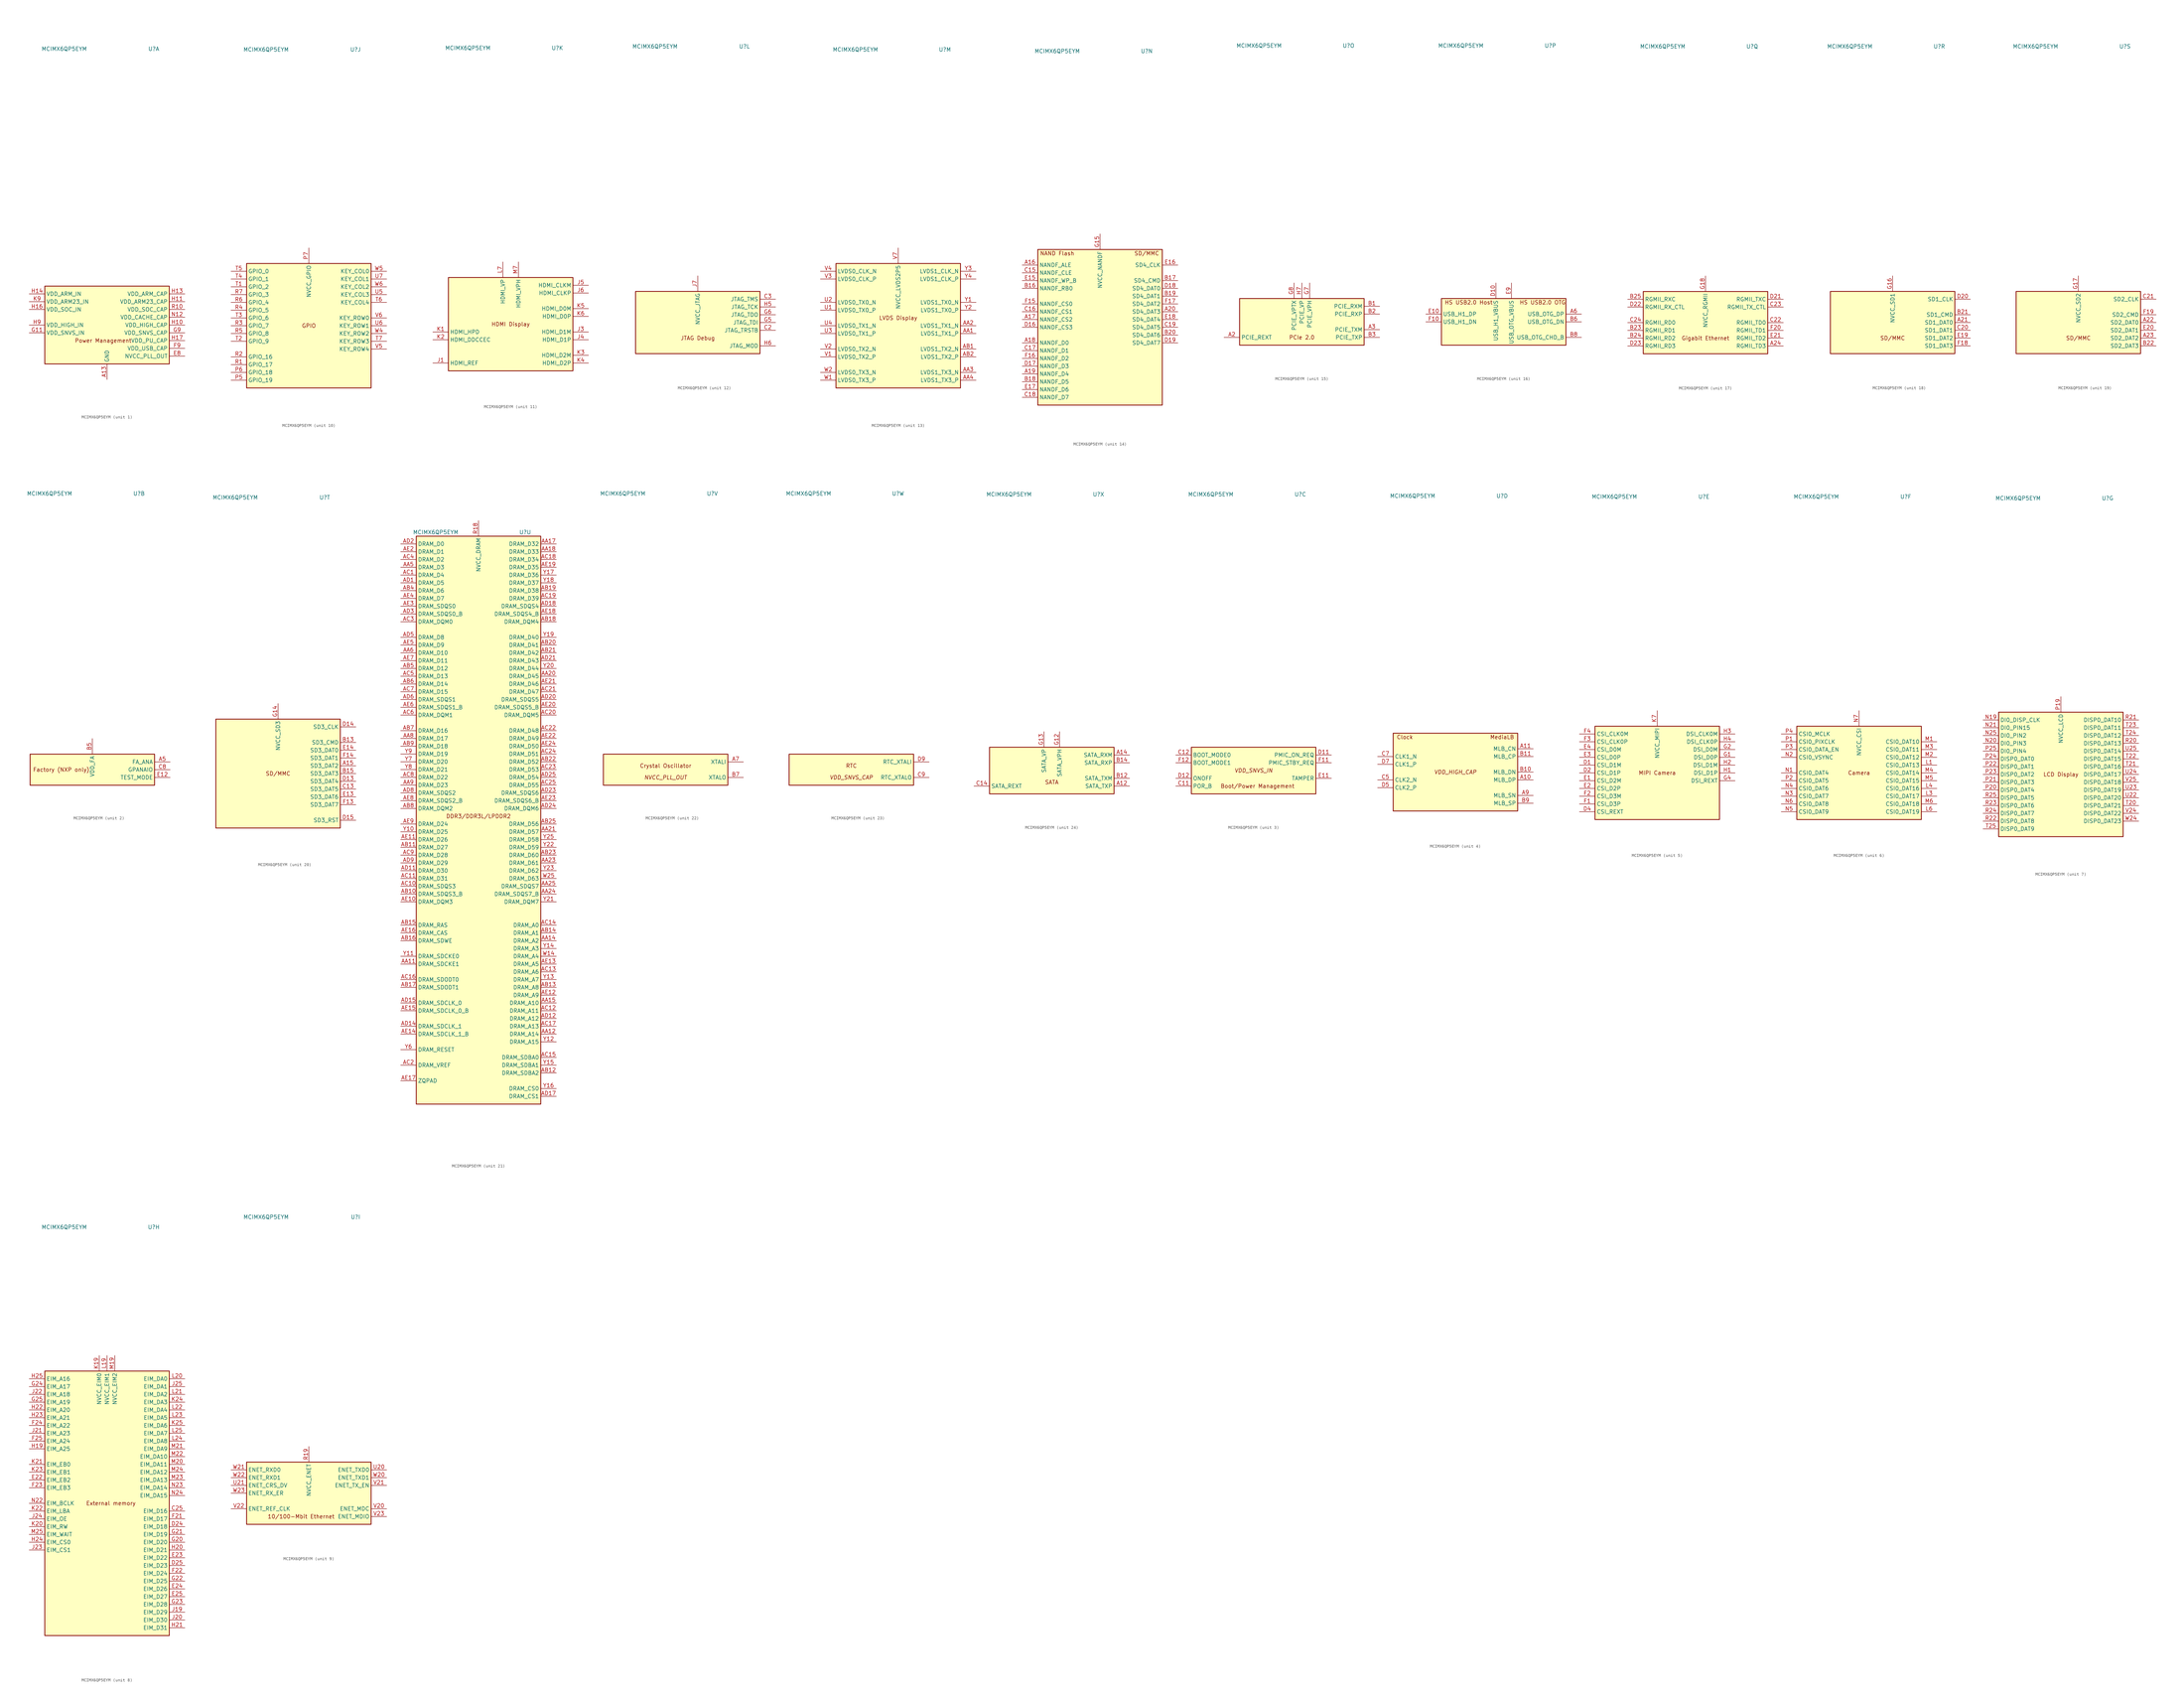
<source format=kicad_sym>
(kicad_symbol_lib
  (version 20231120)
  (generator "kicad_symbol_editor")
  (generator_version "8.0")
  (symbol "MCIMX6QP5EYM"
    (property "Reference" "U"
      (at 15.24 90.17 0)
      (effects (font (size 1.27 1.27))))
    (property "Value" "MCIMX6QP5EYM"
      (at -13.97 90.17 0)
      (effects (font (size 1.27 1.27))))
    (property "ki_locked" ""
      (at 0 0 0)
      (effects (font (size 1.27 1.27))))
    (symbol "MCIMX6QP5EYM_1_0"
      (text "Power Management" (at -1.27 -5.08 0) (effects (font (size 1.27 1.27)))))
    (symbol "MCIMX6QP5EYM_1_1"
      (rectangle (start -20.32 12.7) (end 20.32 -12.7) (stroke (width 0.254) (type default)) (fill (type background)))
      (pin power_in line (at 0 -17.78 90) (length 5.08) (name "GND" (effects (font (size 1.27 1.27)))) (number "A13" (effects (font (size 1.27 1.27)))))
      (pin passive line (at 0 -17.78 90) (length 5.08) hide (name "GND" (effects (font (size 1.27 1.27)))) (number "A25" (effects (font (size 1.27 1.27)))))
      (pin passive line (at 0 -17.78 90) (length 5.08) hide (name "GND" (effects (font (size 1.27 1.27)))) (number "A4" (effects (font (size 1.27 1.27)))))
      (pin passive line (at 0 -17.78 90) (length 5.08) hide (name "GND" (effects (font (size 1.27 1.27)))) (number "A8" (effects (font (size 1.27 1.27)))))
      (pin passive line (at 0 -17.78 90) (length 5.08) hide (name "GND" (effects (font (size 1.27 1.27)))) (number "AA10" (effects (font (size 1.27 1.27)))))
      (pin passive line (at 0 -17.78 90) (length 5.08) hide (name "GND" (effects (font (size 1.27 1.27)))) (number "AA13" (effects (font (size 1.27 1.27)))))
      (pin passive line (at 0 -17.78 90) (length 5.08) hide (name "GND" (effects (font (size 1.27 1.27)))) (number "AA16" (effects (font (size 1.27 1.27)))))
      (pin passive line (at 0 -17.78 90) (length 5.08) hide (name "GND" (effects (font (size 1.27 1.27)))) (number "AA19" (effects (font (size 1.27 1.27)))))
      (pin passive line (at 0 -17.78 90) (length 5.08) hide (name "GND" (effects (font (size 1.27 1.27)))) (number "AA22" (effects (font (size 1.27 1.27)))))
      (pin passive line (at 0 -17.78 90) (length 5.08) hide (name "GND" (effects (font (size 1.27 1.27)))) (number "AA7" (effects (font (size 1.27 1.27)))))
      (pin passive line (at 0 -17.78 90) (length 5.08) hide (name "GND" (effects (font (size 1.27 1.27)))) (number "AB24" (effects (font (size 1.27 1.27)))))
      (pin passive line (at 0 -17.78 90) (length 5.08) hide (name "GND" (effects (font (size 1.27 1.27)))) (number "AB3" (effects (font (size 1.27 1.27)))))
      (pin passive line (at 0 -17.78 90) (length 5.08) hide (name "GND" (effects (font (size 1.27 1.27)))) (number "AD10" (effects (font (size 1.27 1.27)))))
      (pin passive line (at 0 -17.78 90) (length 5.08) hide (name "GND" (effects (font (size 1.27 1.27)))) (number "AD13" (effects (font (size 1.27 1.27)))))
      (pin passive line (at 0 -17.78 90) (length 5.08) hide (name "GND" (effects (font (size 1.27 1.27)))) (number "AD16" (effects (font (size 1.27 1.27)))))
      (pin passive line (at 0 -17.78 90) (length 5.08) hide (name "GND" (effects (font (size 1.27 1.27)))) (number "AD19" (effects (font (size 1.27 1.27)))))
      (pin passive line (at 0 -17.78 90) (length 5.08) hide (name "GND" (effects (font (size 1.27 1.27)))) (number "AD22" (effects (font (size 1.27 1.27)))))
      (pin passive line (at 0 -17.78 90) (length 5.08) hide (name "GND" (effects (font (size 1.27 1.27)))) (number "AD4" (effects (font (size 1.27 1.27)))))
      (pin passive line (at 0 -17.78 90) (length 5.08) hide (name "GND" (effects (font (size 1.27 1.27)))) (number "AD7" (effects (font (size 1.27 1.27)))))
      (pin passive line (at 0 -17.78 90) (length 5.08) hide (name "GND" (effects (font (size 1.27 1.27)))) (number "AE1" (effects (font (size 1.27 1.27)))))
      (pin passive line (at 0 -17.78 90) (length 5.08) hide (name "GND" (effects (font (size 1.27 1.27)))) (number "AE25" (effects (font (size 1.27 1.27)))))
      (pin passive line (at 0 -17.78 90) (length 5.08) hide (name "GND" (effects (font (size 1.27 1.27)))) (number "B4" (effects (font (size 1.27 1.27)))))
      (pin passive line (at 0 -17.78 90) (length 5.08) hide (name "GND" (effects (font (size 1.27 1.27)))) (number "C1" (effects (font (size 1.27 1.27)))))
      (pin passive line (at 0 -17.78 90) (length 5.08) hide (name "GND" (effects (font (size 1.27 1.27)))) (number "C10" (effects (font (size 1.27 1.27)))))
      (pin passive line (at 0 -17.78 90) (length 5.08) hide (name "GND" (effects (font (size 1.27 1.27)))) (number "C4" (effects (font (size 1.27 1.27)))))
      (pin passive line (at 0 -17.78 90) (length 5.08) hide (name "GND" (effects (font (size 1.27 1.27)))) (number "C6" (effects (font (size 1.27 1.27)))))
      (pin passive line (at 0 -17.78 90) (length 5.08) hide (name "GND" (effects (font (size 1.27 1.27)))) (number "D3" (effects (font (size 1.27 1.27)))))
      (pin passive line (at 0 -17.78 90) (length 5.08) hide (name "GND" (effects (font (size 1.27 1.27)))) (number "D6" (effects (font (size 1.27 1.27)))))
      (pin passive line (at 0 -17.78 90) (length 5.08) hide (name "GND" (effects (font (size 1.27 1.27)))) (number "D8" (effects (font (size 1.27 1.27)))))
      (pin passive line (at 0 -17.78 90) (length 5.08) hide (name "GND" (effects (font (size 1.27 1.27)))) (number "E5" (effects (font (size 1.27 1.27)))))
      (pin passive line (at 0 -17.78 90) (length 5.08) hide (name "GND" (effects (font (size 1.27 1.27)))) (number "E6" (effects (font (size 1.27 1.27)))))
      (pin passive line (at 0 -17.78 90) (length 5.08) hide (name "GND" (effects (font (size 1.27 1.27)))) (number "E7" (effects (font (size 1.27 1.27)))))
      (pin power_out line (at 25.4 -10.16 180) (length 5.08) (name "NVCC_PLL_OUT" (effects (font (size 1.27 1.27)))) (number "E8" (effects (font (size 1.27 1.27)))))
      (pin passive line (at 0 -17.78 90) (length 5.08) hide (name "GND" (effects (font (size 1.27 1.27)))) (number "F5" (effects (font (size 1.27 1.27)))))
      (pin passive line (at 0 -17.78 90) (length 5.08) hide (name "GND" (effects (font (size 1.27 1.27)))) (number "F6" (effects (font (size 1.27 1.27)))))
      (pin passive line (at 0 -17.78 90) (length 5.08) hide (name "GND" (effects (font (size 1.27 1.27)))) (number "F7" (effects (font (size 1.27 1.27)))))
      (pin passive line (at 0 -17.78 90) (length 5.08) hide (name "GND" (effects (font (size 1.27 1.27)))) (number "F8" (effects (font (size 1.27 1.27)))))
      (pin power_out line (at 25.4 -7.62 180) (length 5.08) (name "VDD_USB_CAP" (effects (font (size 1.27 1.27)))) (number "F9" (effects (font (size 1.27 1.27)))))
      (pin passive line (at 0 -17.78 90) (length 5.08) hide (name "GND" (effects (font (size 1.27 1.27)))) (number "G10" (effects (font (size 1.27 1.27)))))
      (pin power_in line (at -25.4 -2.54 0) (length 5.08) (name "VDD_SNVS_IN" (effects (font (size 1.27 1.27)))) (number "G11" (effects (font (size 1.27 1.27)))))
      (pin passive line (at 0 -17.78 90) (length 5.08) hide (name "GND" (effects (font (size 1.27 1.27)))) (number "G19" (effects (font (size 1.27 1.27)))))
      (pin passive line (at 0 -17.78 90) (length 5.08) hide (name "GND" (effects (font (size 1.27 1.27)))) (number "G3" (effects (font (size 1.27 1.27)))))
      (pin power_out line (at 25.4 -2.54 180) (length 5.08) (name "VDD_SNVS_CAP" (effects (font (size 1.27 1.27)))) (number "G9" (effects (font (size 1.27 1.27)))))
      (pin power_out line (at 25.4 0 180) (length 5.08) (name "VDD_HIGH_CAP" (effects (font (size 1.27 1.27)))) (number "H10" (effects (font (size 1.27 1.27)))))
      (pin power_out line (at 25.4 7.62 180) (length 5.08) (name "VDD_ARM23_CAP" (effects (font (size 1.27 1.27)))) (number "H11" (effects (font (size 1.27 1.27)))))
      (pin passive line (at 0 -17.78 90) (length 5.08) hide (name "GND" (effects (font (size 1.27 1.27)))) (number "H12" (effects (font (size 1.27 1.27)))))
      (pin power_out line (at 25.4 10.16 180) (length 5.08) (name "VDD_ARM_CAP" (effects (font (size 1.27 1.27)))) (number "H13" (effects (font (size 1.27 1.27)))))
      (pin power_in line (at -25.4 10.16 0) (length 5.08) (name "VDD_ARM_IN" (effects (font (size 1.27 1.27)))) (number "H14" (effects (font (size 1.27 1.27)))))
      (pin passive line (at 0 -17.78 90) (length 5.08) hide (name "GND" (effects (font (size 1.27 1.27)))) (number "H15" (effects (font (size 1.27 1.27)))))
      (pin power_in line (at -25.4 5.08 0) (length 5.08) (name "VDD_SOC_IN" (effects (font (size 1.27 1.27)))) (number "H16" (effects (font (size 1.27 1.27)))))
      (pin power_out line (at 25.4 -5.08 180) (length 5.08) (name "VDD_PU_CAP" (effects (font (size 1.27 1.27)))) (number "H17" (effects (font (size 1.27 1.27)))))
      (pin passive line (at 0 -17.78 90) (length 5.08) hide (name "GND" (effects (font (size 1.27 1.27)))) (number "H18" (effects (font (size 1.27 1.27)))))
      (pin passive line (at 0 -17.78 90) (length 5.08) hide (name "GND" (effects (font (size 1.27 1.27)))) (number "H8" (effects (font (size 1.27 1.27)))))
      (pin power_in line (at -25.4 0 0) (length 5.08) (name "VDD_HIGH_IN" (effects (font (size 1.27 1.27)))) (number "H9" (effects (font (size 1.27 1.27)))))
      (pin passive line (at 25.4 0 180) (length 5.08) hide (name "VDD_HIGH_CAP" (effects (font (size 1.27 1.27)))) (number "J10" (effects (font (size 1.27 1.27)))))
      (pin passive line (at 25.4 7.62 180) (length 5.08) hide (name "VDD_ARM23_CAP" (effects (font (size 1.27 1.27)))) (number "J11" (effects (font (size 1.27 1.27)))))
      (pin passive line (at 0 -17.78 90) (length 5.08) hide (name "GND" (effects (font (size 1.27 1.27)))) (number "J12" (effects (font (size 1.27 1.27)))))
      (pin passive line (at 25.4 10.16 180) (length 5.08) hide (name "VDD_ARM_CAP" (effects (font (size 1.27 1.27)))) (number "J13" (effects (font (size 1.27 1.27)))))
      (pin passive line (at -25.4 10.16 0) (length 5.08) hide (name "VDD_ARM_IN" (effects (font (size 1.27 1.27)))) (number "J14" (effects (font (size 1.27 1.27)))))
      (pin passive line (at 0 -17.78 90) (length 5.08) hide (name "GND" (effects (font (size 1.27 1.27)))) (number "J15" (effects (font (size 1.27 1.27)))))
      (pin passive line (at -25.4 5.08 0) (length 5.08) hide (name "VDD_SOC_IN" (effects (font (size 1.27 1.27)))) (number "J16" (effects (font (size 1.27 1.27)))))
      (pin passive line (at 25.4 -5.08 180) (length 5.08) hide (name "VDD_PU_CAP" (effects (font (size 1.27 1.27)))) (number "J17" (effects (font (size 1.27 1.27)))))
      (pin passive line (at 0 -17.78 90) (length 5.08) hide (name "GND" (effects (font (size 1.27 1.27)))) (number "J18" (effects (font (size 1.27 1.27)))))
      (pin passive line (at 0 -17.78 90) (length 5.08) hide (name "GND" (effects (font (size 1.27 1.27)))) (number "J2" (effects (font (size 1.27 1.27)))))
      (pin passive line (at 0 -17.78 90) (length 5.08) hide (name "GND" (effects (font (size 1.27 1.27)))) (number "J8" (effects (font (size 1.27 1.27)))))
      (pin passive line (at -25.4 0 0) (length 5.08) hide (name "VDD_HIGH_IN" (effects (font (size 1.27 1.27)))) (number "J9" (effects (font (size 1.27 1.27)))))
      (pin passive line (at 0 -17.78 90) (length 5.08) hide (name "GND" (effects (font (size 1.27 1.27)))) (number "K10" (effects (font (size 1.27 1.27)))))
      (pin passive line (at 25.4 7.62 180) (length 5.08) hide (name "VDD_ARM23_CAP" (effects (font (size 1.27 1.27)))) (number "K11" (effects (font (size 1.27 1.27)))))
      (pin passive line (at 0 -17.78 90) (length 5.08) hide (name "GND" (effects (font (size 1.27 1.27)))) (number "K12" (effects (font (size 1.27 1.27)))))
      (pin passive line (at 25.4 10.16 180) (length 5.08) hide (name "VDD_ARM_CAP" (effects (font (size 1.27 1.27)))) (number "K13" (effects (font (size 1.27 1.27)))))
      (pin passive line (at -25.4 10.16 0) (length 5.08) hide (name "VDD_ARM_IN" (effects (font (size 1.27 1.27)))) (number "K14" (effects (font (size 1.27 1.27)))))
      (pin passive line (at 0 -17.78 90) (length 5.08) hide (name "GND" (effects (font (size 1.27 1.27)))) (number "K15" (effects (font (size 1.27 1.27)))))
      (pin passive line (at -25.4 5.08 0) (length 5.08) hide (name "VDD_SOC_IN" (effects (font (size 1.27 1.27)))) (number "K16" (effects (font (size 1.27 1.27)))))
      (pin passive line (at 25.4 -5.08 180) (length 5.08) hide (name "VDD_PU_CAP" (effects (font (size 1.27 1.27)))) (number "K17" (effects (font (size 1.27 1.27)))))
      (pin passive line (at 0 -17.78 90) (length 5.08) hide (name "GND" (effects (font (size 1.27 1.27)))) (number "K18" (effects (font (size 1.27 1.27)))))
      (pin passive line (at 0 -17.78 90) (length 5.08) hide (name "GND" (effects (font (size 1.27 1.27)))) (number "K8" (effects (font (size 1.27 1.27)))))
      (pin power_in line (at -25.4 7.62 0) (length 5.08) (name "VDD_ARM23_IN" (effects (font (size 1.27 1.27)))) (number "K9" (effects (font (size 1.27 1.27)))))
      (pin passive line (at 0 -17.78 90) (length 5.08) hide (name "GND" (effects (font (size 1.27 1.27)))) (number "L10" (effects (font (size 1.27 1.27)))))
      (pin passive line (at 25.4 7.62 180) (length 5.08) hide (name "VDD_ARM23_CAP" (effects (font (size 1.27 1.27)))) (number "L11" (effects (font (size 1.27 1.27)))))
      (pin passive line (at 0 -17.78 90) (length 5.08) hide (name "GND" (effects (font (size 1.27 1.27)))) (number "L12" (effects (font (size 1.27 1.27)))))
      (pin passive line (at 25.4 10.16 180) (length 5.08) hide (name "VDD_ARM_CAP" (effects (font (size 1.27 1.27)))) (number "L13" (effects (font (size 1.27 1.27)))))
      (pin passive line (at -25.4 10.16 0) (length 5.08) hide (name "VDD_ARM_IN" (effects (font (size 1.27 1.27)))) (number "L14" (effects (font (size 1.27 1.27)))))
      (pin passive line (at 0 -17.78 90) (length 5.08) hide (name "GND" (effects (font (size 1.27 1.27)))) (number "L15" (effects (font (size 1.27 1.27)))))
      (pin passive line (at -25.4 5.08 0) (length 5.08) hide (name "VDD_SOC_IN" (effects (font (size 1.27 1.27)))) (number "L16" (effects (font (size 1.27 1.27)))))
      (pin passive line (at 25.4 -5.08 180) (length 5.08) hide (name "VDD_PU_CAP" (effects (font (size 1.27 1.27)))) (number "L17" (effects (font (size 1.27 1.27)))))
      (pin passive line (at 0 -17.78 90) (length 5.08) hide (name "GND" (effects (font (size 1.27 1.27)))) (number "L18" (effects (font (size 1.27 1.27)))))
      (pin passive line (at 0 -17.78 90) (length 5.08) hide (name "GND" (effects (font (size 1.27 1.27)))) (number "L2" (effects (font (size 1.27 1.27)))))
      (pin passive line (at 0 -17.78 90) (length 5.08) hide (name "GND" (effects (font (size 1.27 1.27)))) (number "L5" (effects (font (size 1.27 1.27)))))
      (pin passive line (at 0 -17.78 90) (length 5.08) hide (name "GND" (effects (font (size 1.27 1.27)))) (number "L8" (effects (font (size 1.27 1.27)))))
      (pin passive line (at -25.4 7.62 0) (length 5.08) hide (name "VDD_ARM23_IN" (effects (font (size 1.27 1.27)))) (number "L9" (effects (font (size 1.27 1.27)))))
      (pin passive line (at 0 -17.78 90) (length 5.08) hide (name "GND" (effects (font (size 1.27 1.27)))) (number "M10" (effects (font (size 1.27 1.27)))))
      (pin passive line (at 25.4 7.62 180) (length 5.08) hide (name "VDD_ARM23_CAP" (effects (font (size 1.27 1.27)))) (number "M11" (effects (font (size 1.27 1.27)))))
      (pin passive line (at 0 -17.78 90) (length 5.08) hide (name "GND" (effects (font (size 1.27 1.27)))) (number "M12" (effects (font (size 1.27 1.27)))))
      (pin passive line (at 25.4 10.16 180) (length 5.08) hide (name "VDD_ARM_CAP" (effects (font (size 1.27 1.27)))) (number "M13" (effects (font (size 1.27 1.27)))))
      (pin passive line (at -25.4 10.16 0) (length 5.08) hide (name "VDD_ARM_IN" (effects (font (size 1.27 1.27)))) (number "M14" (effects (font (size 1.27 1.27)))))
      (pin passive line (at 0 -17.78 90) (length 5.08) hide (name "GND" (effects (font (size 1.27 1.27)))) (number "M15" (effects (font (size 1.27 1.27)))))
      (pin passive line (at -25.4 5.08 0) (length 5.08) hide (name "VDD_SOC_IN" (effects (font (size 1.27 1.27)))) (number "M16" (effects (font (size 1.27 1.27)))))
      (pin passive line (at 25.4 -5.08 180) (length 5.08) hide (name "VDD_PU_CAP" (effects (font (size 1.27 1.27)))) (number "M17" (effects (font (size 1.27 1.27)))))
      (pin passive line (at 0 -17.78 90) (length 5.08) hide (name "GND" (effects (font (size 1.27 1.27)))) (number "M18" (effects (font (size 1.27 1.27)))))
      (pin passive line (at 0 -17.78 90) (length 5.08) hide (name "GND" (effects (font (size 1.27 1.27)))) (number "M8" (effects (font (size 1.27 1.27)))))
      (pin passive line (at -25.4 7.62 0) (length 5.08) hide (name "VDD_ARM23_IN" (effects (font (size 1.27 1.27)))) (number "M9" (effects (font (size 1.27 1.27)))))
      (pin passive line (at 0 -17.78 90) (length 5.08) hide (name "GND" (effects (font (size 1.27 1.27)))) (number "N10" (effects (font (size 1.27 1.27)))))
      (pin passive line (at 25.4 7.62 180) (length 5.08) hide (name "VDD_ARM23_CAP" (effects (font (size 1.27 1.27)))) (number "N11" (effects (font (size 1.27 1.27)))))
      (pin power_in line (at 25.4 2.54 180) (length 5.08) (name "VDD_CACHE_CAP" (effects (font (size 1.27 1.27)))) (number "N12" (effects (font (size 1.27 1.27)))))
      (pin passive line (at 25.4 10.16 180) (length 5.08) hide (name "VDD_ARM_CAP" (effects (font (size 1.27 1.27)))) (number "N13" (effects (font (size 1.27 1.27)))))
      (pin passive line (at -25.4 10.16 0) (length 5.08) hide (name "VDD_ARM_IN" (effects (font (size 1.27 1.27)))) (number "N14" (effects (font (size 1.27 1.27)))))
      (pin passive line (at 0 -17.78 90) (length 5.08) hide (name "GND" (effects (font (size 1.27 1.27)))) (number "N15" (effects (font (size 1.27 1.27)))))
      (pin passive line (at -25.4 5.08 0) (length 5.08) hide (name "VDD_SOC_IN" (effects (font (size 1.27 1.27)))) (number "N16" (effects (font (size 1.27 1.27)))))
      (pin passive line (at 25.4 -5.08 180) (length 5.08) hide (name "VDD_PU_CAP" (effects (font (size 1.27 1.27)))) (number "N17" (effects (font (size 1.27 1.27)))))
      (pin passive line (at 0 -17.78 90) (length 5.08) hide (name "GND" (effects (font (size 1.27 1.27)))) (number "N18" (effects (font (size 1.27 1.27)))))
      (pin passive line (at 0 -17.78 90) (length 5.08) hide (name "GND" (effects (font (size 1.27 1.27)))) (number "N8" (effects (font (size 1.27 1.27)))))
      (pin passive line (at -25.4 7.62 0) (length 5.08) hide (name "VDD_ARM23_IN" (effects (font (size 1.27 1.27)))) (number "N9" (effects (font (size 1.27 1.27)))))
      (pin passive line (at 0 -17.78 90) (length 5.08) hide (name "GND" (effects (font (size 1.27 1.27)))) (number "P10" (effects (font (size 1.27 1.27)))))
      (pin passive line (at 25.4 7.62 180) (length 5.08) hide (name "VDD_ARM23_CAP" (effects (font (size 1.27 1.27)))) (number "P11" (effects (font (size 1.27 1.27)))))
      (pin passive line (at 0 -17.78 90) (length 5.08) hide (name "GND" (effects (font (size 1.27 1.27)))) (number "P12" (effects (font (size 1.27 1.27)))))
      (pin passive line (at 25.4 10.16 180) (length 5.08) hide (name "VDD_ARM_CAP" (effects (font (size 1.27 1.27)))) (number "P13" (effects (font (size 1.27 1.27)))))
      (pin passive line (at -25.4 10.16 0) (length 5.08) hide (name "VDD_ARM_IN" (effects (font (size 1.27 1.27)))) (number "P14" (effects (font (size 1.27 1.27)))))
      (pin passive line (at 0 -17.78 90) (length 5.08) hide (name "GND" (effects (font (size 1.27 1.27)))) (number "P15" (effects (font (size 1.27 1.27)))))
      (pin passive line (at -25.4 5.08 0) (length 5.08) hide (name "VDD_SOC_IN" (effects (font (size 1.27 1.27)))) (number "P16" (effects (font (size 1.27 1.27)))))
      (pin passive line (at 25.4 -5.08 180) (length 5.08) hide (name "VDD_PU_CAP" (effects (font (size 1.27 1.27)))) (number "P17" (effects (font (size 1.27 1.27)))))
      (pin passive line (at 0 -17.78 90) (length 5.08) hide (name "GND" (effects (font (size 1.27 1.27)))) (number "P18" (effects (font (size 1.27 1.27)))))
      (pin passive line (at 0 -17.78 90) (length 5.08) hide (name "GND" (effects (font (size 1.27 1.27)))) (number "P8" (effects (font (size 1.27 1.27)))))
      (pin passive line (at -25.4 7.62 0) (length 5.08) hide (name "VDD_ARM23_IN" (effects (font (size 1.27 1.27)))) (number "P9" (effects (font (size 1.27 1.27)))))
      (pin power_out line (at 25.4 5.08 180) (length 5.08) (name "VDD_SOC_CAP" (effects (font (size 1.27 1.27)))) (number "R10" (effects (font (size 1.27 1.27)))))
      (pin passive line (at 25.4 7.62 180) (length 5.08) hide (name "VDD_ARM23_CAP" (effects (font (size 1.27 1.27)))) (number "R11" (effects (font (size 1.27 1.27)))))
      (pin passive line (at 0 -17.78 90) (length 5.08) hide (name "GND" (effects (font (size 1.27 1.27)))) (number "R12" (effects (font (size 1.27 1.27)))))
      (pin passive line (at 25.4 10.16 180) (length 5.08) hide (name "VDD_ARM_CAP" (effects (font (size 1.27 1.27)))) (number "R13" (effects (font (size 1.27 1.27)))))
      (pin passive line (at -25.4 10.16 0) (length 5.08) hide (name "VDD_ARM_IN" (effects (font (size 1.27 1.27)))) (number "R14" (effects (font (size 1.27 1.27)))))
      (pin passive line (at 0 -17.78 90) (length 5.08) hide (name "GND" (effects (font (size 1.27 1.27)))) (number "R15" (effects (font (size 1.27 1.27)))))
      (pin passive line (at -25.4 5.08 0) (length 5.08) hide (name "VDD_SOC_IN" (effects (font (size 1.27 1.27)))) (number "R16" (effects (font (size 1.27 1.27)))))
      (pin passive line (at 0 -17.78 90) (length 5.08) hide (name "GND" (effects (font (size 1.27 1.27)))) (number "R17" (effects (font (size 1.27 1.27)))))
      (pin passive line (at 0 -17.78 90) (length 5.08) hide (name "GND" (effects (font (size 1.27 1.27)))) (number "R8" (effects (font (size 1.27 1.27)))))
      (pin passive line (at -25.4 7.62 0) (length 5.08) hide (name "VDD_ARM23_IN" (effects (font (size 1.27 1.27)))) (number "R9" (effects (font (size 1.27 1.27)))))
      (pin passive line (at 25.4 5.08 180) (length 5.08) hide (name "VDD_SOC_CAP" (effects (font (size 1.27 1.27)))) (number "T10" (effects (font (size 1.27 1.27)))))
      (pin passive line (at 0 -17.78 90) (length 5.08) hide (name "GND" (effects (font (size 1.27 1.27)))) (number "T11" (effects (font (size 1.27 1.27)))))
      (pin passive line (at 0 -17.78 90) (length 5.08) hide (name "GND" (effects (font (size 1.27 1.27)))) (number "T12" (effects (font (size 1.27 1.27)))))
      (pin passive line (at 25.4 5.08 180) (length 5.08) hide (name "VDD_SOC_CAP" (effects (font (size 1.27 1.27)))) (number "T13" (effects (font (size 1.27 1.27)))))
      (pin passive line (at 25.4 5.08 180) (length 5.08) hide (name "VDD_SOC_CAP" (effects (font (size 1.27 1.27)))) (number "T14" (effects (font (size 1.27 1.27)))))
      (pin passive line (at 0 -17.78 90) (length 5.08) hide (name "GND" (effects (font (size 1.27 1.27)))) (number "T15" (effects (font (size 1.27 1.27)))))
      (pin passive line (at -25.4 5.08 0) (length 5.08) hide (name "VDD_SOC_IN" (effects (font (size 1.27 1.27)))) (number "T16" (effects (font (size 1.27 1.27)))))
      (pin passive line (at 0 -17.78 90) (length 5.08) hide (name "GND" (effects (font (size 1.27 1.27)))) (number "T17" (effects (font (size 1.27 1.27)))))
      (pin passive line (at 0 -17.78 90) (length 5.08) hide (name "GND" (effects (font (size 1.27 1.27)))) (number "T19" (effects (font (size 1.27 1.27)))))
      (pin passive line (at 0 -17.78 90) (length 5.08) hide (name "GND" (effects (font (size 1.27 1.27)))) (number "T8" (effects (font (size 1.27 1.27)))))
      (pin passive line (at -25.4 7.62 0) (length 5.08) hide (name "VDD_ARM23_IN" (effects (font (size 1.27 1.27)))) (number "T9" (effects (font (size 1.27 1.27)))))
      (pin passive line (at 25.4 5.08 180) (length 5.08) hide (name "VDD_SOC_CAP" (effects (font (size 1.27 1.27)))) (number "U10" (effects (font (size 1.27 1.27)))))
      (pin passive line (at 0 -17.78 90) (length 5.08) hide (name "GND" (effects (font (size 1.27 1.27)))) (number "U11" (effects (font (size 1.27 1.27)))))
      (pin passive line (at 0 -17.78 90) (length 5.08) hide (name "GND" (effects (font (size 1.27 1.27)))) (number "U12" (effects (font (size 1.27 1.27)))))
      (pin passive line (at 25.4 5.08 180) (length 5.08) hide (name "VDD_SOC_CAP" (effects (font (size 1.27 1.27)))) (number "U13" (effects (font (size 1.27 1.27)))))
      (pin passive line (at 25.4 5.08 180) (length 5.08) hide (name "VDD_SOC_CAP" (effects (font (size 1.27 1.27)))) (number "U14" (effects (font (size 1.27 1.27)))))
      (pin passive line (at 0 -17.78 90) (length 5.08) hide (name "GND" (effects (font (size 1.27 1.27)))) (number "U15" (effects (font (size 1.27 1.27)))))
      (pin passive line (at -25.4 5.08 0) (length 5.08) hide (name "VDD_SOC_IN" (effects (font (size 1.27 1.27)))) (number "U16" (effects (font (size 1.27 1.27)))))
      (pin passive line (at 0 -17.78 90) (length 5.08) hide (name "GND" (effects (font (size 1.27 1.27)))) (number "U17" (effects (font (size 1.27 1.27)))))
      (pin passive line (at 0 -17.78 90) (length 5.08) hide (name "GND" (effects (font (size 1.27 1.27)))) (number "U19" (effects (font (size 1.27 1.27)))))
      (pin passive line (at 0 -17.78 90) (length 5.08) hide (name "GND" (effects (font (size 1.27 1.27)))) (number "U8" (effects (font (size 1.27 1.27)))))
      (pin passive line (at -25.4 7.62 0) (length 5.08) hide (name "VDD_ARM23_IN" (effects (font (size 1.27 1.27)))) (number "U9" (effects (font (size 1.27 1.27)))))
      (pin passive line (at 0 -17.78 90) (length 5.08) hide (name "GND" (effects (font (size 1.27 1.27)))) (number "V19" (effects (font (size 1.27 1.27)))))
      (pin passive line (at 0 -17.78 90) (length 5.08) hide (name "GND" (effects (font (size 1.27 1.27)))) (number "V8" (effects (font (size 1.27 1.27)))))
      (pin passive line (at 0 -17.78 90) (length 5.08) hide (name "GND" (effects (font (size 1.27 1.27)))) (number "W10" (effects (font (size 1.27 1.27)))))
      (pin passive line (at 0 -17.78 90) (length 5.08) hide (name "GND" (effects (font (size 1.27 1.27)))) (number "W11" (effects (font (size 1.27 1.27)))))
      (pin passive line (at 0 -17.78 90) (length 5.08) hide (name "GND" (effects (font (size 1.27 1.27)))) (number "W12" (effects (font (size 1.27 1.27)))))
      (pin passive line (at 0 -17.78 90) (length 5.08) hide (name "GND" (effects (font (size 1.27 1.27)))) (number "W13" (effects (font (size 1.27 1.27)))))
      (pin passive line (at 0 -17.78 90) (length 5.08) hide (name "GND" (effects (font (size 1.27 1.27)))) (number "W15" (effects (font (size 1.27 1.27)))))
      (pin passive line (at 0 -17.78 90) (length 5.08) hide (name "GND" (effects (font (size 1.27 1.27)))) (number "W16" (effects (font (size 1.27 1.27)))))
      (pin passive line (at 0 -17.78 90) (length 5.08) hide (name "GND" (effects (font (size 1.27 1.27)))) (number "W17" (effects (font (size 1.27 1.27)))))
      (pin passive line (at 0 -17.78 90) (length 5.08) hide (name "GND" (effects (font (size 1.27 1.27)))) (number "W18" (effects (font (size 1.27 1.27)))))
      (pin passive line (at 0 -17.78 90) (length 5.08) hide (name "GND" (effects (font (size 1.27 1.27)))) (number "W19" (effects (font (size 1.27 1.27)))))
      (pin passive line (at 0 -17.78 90) (length 5.08) hide (name "GND" (effects (font (size 1.27 1.27)))) (number "W3" (effects (font (size 1.27 1.27)))))
      (pin passive line (at 0 -17.78 90) (length 5.08) hide (name "GND" (effects (font (size 1.27 1.27)))) (number "W7" (effects (font (size 1.27 1.27)))))
      (pin passive line (at 0 -17.78 90) (length 5.08) hide (name "GND" (effects (font (size 1.27 1.27)))) (number "W8" (effects (font (size 1.27 1.27)))))
      (pin passive line (at 0 -17.78 90) (length 5.08) hide (name "GND" (effects (font (size 1.27 1.27)))) (number "W9" (effects (font (size 1.27 1.27)))))
      (pin passive line (at 0 -17.78 90) (length 5.08) hide (name "GND" (effects (font (size 1.27 1.27)))) (number "Y24" (effects (font (size 1.27 1.27)))))
      (pin passive line (at 0 -17.78 90) (length 5.08) hide (name "GND" (effects (font (size 1.27 1.27)))) (number "Y5" (effects (font (size 1.27 1.27))))))
    (symbol "MCIMX6QP5EYM_2_0"
      (text "Factory (NXP only)" (at -10.16 0 0) (effects (font (size 1.27 1.27)))))
    (symbol "MCIMX6QP5EYM_2_1"
      (rectangle (start -20.32 5.08) (end 20.32 -5.08) (stroke (width 0.254) (type default)) (fill (type background)))
      (pin passive line (at 25.4 2.54 180) (length 5.08) (name "FA_ANA" (effects (font (size 1.27 1.27)))) (number "A5" (effects (font (size 1.27 1.27)))))
      (pin passive line (at 0 10.16 270) (length 5.08) (name "VDD_FA" (effects (font (size 1.27 1.27)))) (number "B5" (effects (font (size 1.27 1.27)))))
      (pin passive line (at 25.4 0 180) (length 5.08) (name "GPANAIO" (effects (font (size 1.27 1.27)))) (number "C8" (effects (font (size 1.27 1.27)))))
      (pin passive line (at 25.4 -2.54 180) (length 5.08) (name "TEST_MODE" (effects (font (size 1.27 1.27)))) (number "E12" (effects (font (size 1.27 1.27))))))
    (symbol "MCIMX6QP5EYM_3_0"
      (text "Boot/Power Management" (at 1.27 -5.08 0) (effects (font (size 1.27 1.27)))))
    (symbol "MCIMX6QP5EYM_3_1"
      (rectangle (start -20.32 7.62) (end 20.32 -7.62) (stroke (width 0.254) (type default)) (fill (type background)))
      (text "VDD_SNVS_IN" (at 0 0 0) (effects (font (size 1.27 1.27) (italic yes))))
      (pin input line (at -25.4 -5.08 0) (length 5.08) (name "POR_B" (effects (font (size 1.27 1.27)))) (number "C11" (effects (font (size 1.27 1.27)))))
      (pin input line (at -25.4 5.08 0) (length 5.08) (name "BOOT_MODE0" (effects (font (size 1.27 1.27)))) (number "C12" (effects (font (size 1.27 1.27)))))
      (pin output line (at 25.4 5.08 180) (length 5.08) (name "PMIC_ON_REQ" (effects (font (size 1.27 1.27)))) (number "D11" (effects (font (size 1.27 1.27)))))
      (pin input line (at -25.4 -2.54 0) (length 5.08) (name "ONOFF" (effects (font (size 1.27 1.27)))) (number "D12" (effects (font (size 1.27 1.27)))))
      (pin input line (at 25.4 -2.54 180) (length 5.08) (name "TAMPER" (effects (font (size 1.27 1.27)))) (number "E11" (effects (font (size 1.27 1.27)))))
      (pin output line (at 25.4 2.54 180) (length 5.08) (name "PMIC_STBY_REQ" (effects (font (size 1.27 1.27)))) (number "F11" (effects (font (size 1.27 1.27)))))
      (pin input line (at -25.4 2.54 0) (length 5.08) (name "BOOT_MODE1" (effects (font (size 1.27 1.27)))) (number "F12" (effects (font (size 1.27 1.27))))))
    (symbol "MCIMX6QP5EYM_4_0"
      (text "Clock" (at -16.51 11.43 0) (effects (font (size 1.27 1.27))))
      (text "MediaLB" (at 15.24 11.43 0) (effects (font (size 1.27 1.27)))))
    (symbol "MCIMX6QP5EYM_4_1"
      (rectangle (start -20.32 12.7) (end 20.32 -12.7) (stroke (width 0.254) (type default)) (fill (type background)))
      (text "VDD_HIGH_CAP" (at 0 0 0) (effects (font (size 1.27 1.27) (italic yes))))
      (pin bidirectional line (at 25.4 -2.54 180) (length 5.08) (name "MLB_DP" (effects (font (size 1.27 1.27)))) (number "A10" (effects (font (size 1.27 1.27)))))
      (pin input line (at 25.4 7.62 180) (length 5.08) (name "MLB_CN" (effects (font (size 1.27 1.27)))) (number "A11" (effects (font (size 1.27 1.27)))))
      (pin bidirectional line (at 25.4 -7.62 180) (length 5.08) (name "MLB_SN" (effects (font (size 1.27 1.27)))) (number "A9" (effects (font (size 1.27 1.27)))))
      (pin bidirectional line (at 25.4 0 180) (length 5.08) (name "MLB_DN" (effects (font (size 1.27 1.27)))) (number "B10" (effects (font (size 1.27 1.27)))))
      (pin input line (at 25.4 5.08 180) (length 5.08) (name "MLB_CP" (effects (font (size 1.27 1.27)))) (number "B11" (effects (font (size 1.27 1.27)))))
      (pin bidirectional line (at 25.4 -10.16 180) (length 5.08) (name "MLB_SP" (effects (font (size 1.27 1.27)))) (number "B9" (effects (font (size 1.27 1.27)))))
      (pin bidirectional line (at -25.4 -2.54 0) (length 5.08) (name "CLK2_N" (effects (font (size 1.27 1.27)))) (number "C5" (effects (font (size 1.27 1.27)))))
      (pin bidirectional line (at -25.4 5.08 0) (length 5.08) (name "CLK1_N" (effects (font (size 1.27 1.27)))) (number "C7" (effects (font (size 1.27 1.27)))))
      (pin bidirectional line (at -25.4 -5.08 0) (length 5.08) (name "CLK2_P" (effects (font (size 1.27 1.27)))) (number "D5" (effects (font (size 1.27 1.27)))))
      (pin bidirectional line (at -25.4 2.54 0) (length 5.08) (name "CLK1_P" (effects (font (size 1.27 1.27)))) (number "D7" (effects (font (size 1.27 1.27))))))
    (symbol "MCIMX6QP5EYM_5_0"
      (text "MIPI Camera" (at 0 0 0) (effects (font (size 1.27 1.27)))))
    (symbol "MCIMX6QP5EYM_5_1"
      (rectangle (start -20.32 15.24) (end 20.32 -15.24) (stroke (width 0.254) (type default)) (fill (type background)))
      (pin input line (at -25.4 2.54 0) (length 5.08) (name "CSI_D1M" (effects (font (size 1.27 1.27)))) (number "D1" (effects (font (size 1.27 1.27)))))
      (pin input line (at -25.4 0 0) (length 5.08) (name "CSI_D1P" (effects (font (size 1.27 1.27)))) (number "D2" (effects (font (size 1.27 1.27)))))
      (pin passive line (at -25.4 -12.7 0) (length 5.08) (name "CSI_REXT" (effects (font (size 1.27 1.27)))) (number "D4" (effects (font (size 1.27 1.27)))))
      (pin input line (at -25.4 -2.54 0) (length 5.08) (name "CSI_D2M" (effects (font (size 1.27 1.27)))) (number "E1" (effects (font (size 1.27 1.27)))))
      (pin input line (at -25.4 -5.08 0) (length 5.08) (name "CSI_D2P" (effects (font (size 1.27 1.27)))) (number "E2" (effects (font (size 1.27 1.27)))))
      (pin input line (at -25.4 5.08 0) (length 5.08) (name "CSI_D0P" (effects (font (size 1.27 1.27)))) (number "E3" (effects (font (size 1.27 1.27)))))
      (pin input line (at -25.4 7.62 0) (length 5.08) (name "CSI_D0M" (effects (font (size 1.27 1.27)))) (number "E4" (effects (font (size 1.27 1.27)))))
      (pin input line (at -25.4 -10.16 0) (length 5.08) (name "CSI_D3P" (effects (font (size 1.27 1.27)))) (number "F1" (effects (font (size 1.27 1.27)))))
      (pin input line (at -25.4 -7.62 0) (length 5.08) (name "CSI_D3M" (effects (font (size 1.27 1.27)))) (number "F2" (effects (font (size 1.27 1.27)))))
      (pin input line (at -25.4 10.16 0) (length 5.08) (name "CSI_CLK0P" (effects (font (size 1.27 1.27)))) (number "F3" (effects (font (size 1.27 1.27)))))
      (pin input line (at -25.4 12.7 0) (length 5.08) (name "CSI_CLK0M" (effects (font (size 1.27 1.27)))) (number "F4" (effects (font (size 1.27 1.27)))))
      (pin output line (at 25.4 5.08 180) (length 5.08) (name "DSI_D0P" (effects (font (size 1.27 1.27)))) (number "G1" (effects (font (size 1.27 1.27)))))
      (pin output line (at 25.4 7.62 180) (length 5.08) (name "DSI_D0M" (effects (font (size 1.27 1.27)))) (number "G2" (effects (font (size 1.27 1.27)))))
      (pin passive line (at 25.4 -2.54 180) (length 5.08) (name "DSI_REXT" (effects (font (size 1.27 1.27)))) (number "G4" (effects (font (size 1.27 1.27)))))
      (pin output line (at 25.4 0 180) (length 5.08) (name "DSI_D1P" (effects (font (size 1.27 1.27)))) (number "H1" (effects (font (size 1.27 1.27)))))
      (pin output line (at 25.4 2.54 180) (length 5.08) (name "DSI_D1M" (effects (font (size 1.27 1.27)))) (number "H2" (effects (font (size 1.27 1.27)))))
      (pin output line (at 25.4 12.7 180) (length 5.08) (name "DSI_CLK0M" (effects (font (size 1.27 1.27)))) (number "H3" (effects (font (size 1.27 1.27)))))
      (pin output line (at 25.4 10.16 180) (length 5.08) (name "DSI_CLK0P" (effects (font (size 1.27 1.27)))) (number "H4" (effects (font (size 1.27 1.27)))))
      (pin power_in line (at 0 20.32 270) (length 5.08) (name "NVCC_MIPI" (effects (font (size 1.27 1.27)))) (number "K7" (effects (font (size 1.27 1.27))))))
    (symbol "MCIMX6QP5EYM_6_0"
      (text "Camera" (at 0 0 0) (effects (font (size 1.27 1.27)))))
    (symbol "MCIMX6QP5EYM_6_1"
      (rectangle (start -20.32 15.24) (end 20.32 -15.24) (stroke (width 0.254) (type default)) (fill (type background)))
      (pin bidirectional line (at 25.4 2.54 180) (length 5.08) (name "CSI0_DAT13" (effects (font (size 1.27 1.27)))) (number "L1" (effects (font (size 1.27 1.27)))))
      (pin bidirectional line (at 25.4 -7.62 180) (length 5.08) (name "CSI0_DAT17" (effects (font (size 1.27 1.27)))) (number "L3" (effects (font (size 1.27 1.27)))))
      (pin bidirectional line (at 25.4 -5.08 180) (length 5.08) (name "CSI0_DAT16" (effects (font (size 1.27 1.27)))) (number "L4" (effects (font (size 1.27 1.27)))))
      (pin bidirectional line (at 25.4 -12.7 180) (length 5.08) (name "CSI0_DAT19" (effects (font (size 1.27 1.27)))) (number "L6" (effects (font (size 1.27 1.27)))))
      (pin bidirectional line (at 25.4 10.16 180) (length 5.08) (name "CSI0_DAT10" (effects (font (size 1.27 1.27)))) (number "M1" (effects (font (size 1.27 1.27)))))
      (pin bidirectional line (at 25.4 5.08 180) (length 5.08) (name "CSI0_DAT12" (effects (font (size 1.27 1.27)))) (number "M2" (effects (font (size 1.27 1.27)))))
      (pin bidirectional line (at 25.4 7.62 180) (length 5.08) (name "CSI0_DAT11" (effects (font (size 1.27 1.27)))) (number "M3" (effects (font (size 1.27 1.27)))))
      (pin bidirectional line (at 25.4 0 180) (length 5.08) (name "CSI0_DAT14" (effects (font (size 1.27 1.27)))) (number "M4" (effects (font (size 1.27 1.27)))))
      (pin bidirectional line (at 25.4 -2.54 180) (length 5.08) (name "CSI0_DAT15" (effects (font (size 1.27 1.27)))) (number "M5" (effects (font (size 1.27 1.27)))))
      (pin bidirectional line (at 25.4 -10.16 180) (length 5.08) (name "CSI0_DAT18" (effects (font (size 1.27 1.27)))) (number "M6" (effects (font (size 1.27 1.27)))))
      (pin bidirectional line (at -25.4 0 0) (length 5.08) (name "CSI0_DAT4" (effects (font (size 1.27 1.27)))) (number "N1" (effects (font (size 1.27 1.27)))))
      (pin bidirectional line (at -25.4 5.08 0) (length 5.08) (name "CSI0_VSYNC" (effects (font (size 1.27 1.27)))) (number "N2" (effects (font (size 1.27 1.27)))))
      (pin bidirectional line (at -25.4 -7.62 0) (length 5.08) (name "CSI0_DAT7" (effects (font (size 1.27 1.27)))) (number "N3" (effects (font (size 1.27 1.27)))))
      (pin bidirectional line (at -25.4 -5.08 0) (length 5.08) (name "CSI0_DAT6" (effects (font (size 1.27 1.27)))) (number "N4" (effects (font (size 1.27 1.27)))))
      (pin bidirectional line (at -25.4 -12.7 0) (length 5.08) (name "CSI0_DAT9" (effects (font (size 1.27 1.27)))) (number "N5" (effects (font (size 1.27 1.27)))))
      (pin bidirectional line (at -25.4 -10.16 0) (length 5.08) (name "CSI0_DAT8" (effects (font (size 1.27 1.27)))) (number "N6" (effects (font (size 1.27 1.27)))))
      (pin power_in line (at 0 20.32 270) (length 5.08) (name "NVCC_CSI" (effects (font (size 1.27 1.27)))) (number "N7" (effects (font (size 1.27 1.27)))))
      (pin bidirectional line (at -25.4 10.16 0) (length 5.08) (name "CSI0_PIXCLK" (effects (font (size 1.27 1.27)))) (number "P1" (effects (font (size 1.27 1.27)))))
      (pin bidirectional line (at -25.4 -2.54 0) (length 5.08) (name "CSI0_DAT5" (effects (font (size 1.27 1.27)))) (number "P2" (effects (font (size 1.27 1.27)))))
      (pin bidirectional line (at -25.4 7.62 0) (length 5.08) (name "CSI0_DATA_EN" (effects (font (size 1.27 1.27)))) (number "P3" (effects (font (size 1.27 1.27)))))
      (pin bidirectional line (at -25.4 12.7 0) (length 5.08) (name "CSI0_MCLK" (effects (font (size 1.27 1.27)))) (number "P4" (effects (font (size 1.27 1.27))))))
    (symbol "MCIMX6QP5EYM_7_0"
      (text "LCD Display" (at 0 0 0) (effects (font (size 1.27 1.27)))))
    (symbol "MCIMX6QP5EYM_7_1"
      (rectangle (start -20.32 20.32) (end 20.32 -20.32) (stroke (width 0.254) (type default)) (fill (type background)))
      (pin bidirectional line (at -25.4 17.78 0) (length 5.08) (name "DI0_DISP_CLK" (effects (font (size 1.27 1.27)))) (number "N19" (effects (font (size 1.27 1.27)))))
      (pin bidirectional line (at -25.4 10.16 0) (length 5.08) (name "DI0_PIN3" (effects (font (size 1.27 1.27)))) (number "N20" (effects (font (size 1.27 1.27)))))
      (pin bidirectional line (at -25.4 15.24 0) (length 5.08) (name "DI0_PIN15" (effects (font (size 1.27 1.27)))) (number "N21" (effects (font (size 1.27 1.27)))))
      (pin bidirectional line (at -25.4 12.7 0) (length 5.08) (name "DI0_PIN2" (effects (font (size 1.27 1.27)))) (number "N25" (effects (font (size 1.27 1.27)))))
      (pin power_in line (at 0 25.4 270) (length 5.08) (name "NVCC_LCD" (effects (font (size 1.27 1.27)))) (number "P19" (effects (font (size 1.27 1.27)))))
      (pin bidirectional line (at -25.4 -5.08 0) (length 5.08) (name "DISP0_DAT4" (effects (font (size 1.27 1.27)))) (number "P20" (effects (font (size 1.27 1.27)))))
      (pin bidirectional line (at -25.4 -2.54 0) (length 5.08) (name "DISP0_DAT3" (effects (font (size 1.27 1.27)))) (number "P21" (effects (font (size 1.27 1.27)))))
      (pin bidirectional line (at -25.4 2.54 0) (length 5.08) (name "DISP0_DAT1" (effects (font (size 1.27 1.27)))) (number "P22" (effects (font (size 1.27 1.27)))))
      (pin bidirectional line (at -25.4 0 0) (length 5.08) (name "DISP0_DAT2" (effects (font (size 1.27 1.27)))) (number "P23" (effects (font (size 1.27 1.27)))))
      (pin bidirectional line (at -25.4 5.08 0) (length 5.08) (name "DISP0_DAT0" (effects (font (size 1.27 1.27)))) (number "P24" (effects (font (size 1.27 1.27)))))
      (pin bidirectional line (at -25.4 7.62 0) (length 5.08) (name "DI0_PIN4" (effects (font (size 1.27 1.27)))) (number "P25" (effects (font (size 1.27 1.27)))))
      (pin bidirectional line (at 25.4 10.16 180) (length 5.08) (name "DISP0_DAT13" (effects (font (size 1.27 1.27)))) (number "R20" (effects (font (size 1.27 1.27)))))
      (pin bidirectional line (at 25.4 17.78 180) (length 5.08) (name "DISP0_DAT10" (effects (font (size 1.27 1.27)))) (number "R21" (effects (font (size 1.27 1.27)))))
      (pin bidirectional line (at -25.4 -15.24 0) (length 5.08) (name "DISP0_DAT8" (effects (font (size 1.27 1.27)))) (number "R22" (effects (font (size 1.27 1.27)))))
      (pin bidirectional line (at -25.4 -10.16 0) (length 5.08) (name "DISP0_DAT6" (effects (font (size 1.27 1.27)))) (number "R23" (effects (font (size 1.27 1.27)))))
      (pin bidirectional line (at -25.4 -12.7 0) (length 5.08) (name "DISP0_DAT7" (effects (font (size 1.27 1.27)))) (number "R24" (effects (font (size 1.27 1.27)))))
      (pin bidirectional line (at -25.4 -7.62 0) (length 5.08) (name "DISP0_DAT5" (effects (font (size 1.27 1.27)))) (number "R25" (effects (font (size 1.27 1.27)))))
      (pin bidirectional line (at 25.4 -10.16 180) (length 5.08) (name "DISP0_DAT21" (effects (font (size 1.27 1.27)))) (number "T20" (effects (font (size 1.27 1.27)))))
      (pin bidirectional line (at 25.4 2.54 180) (length 5.08) (name "DISP0_DAT16" (effects (font (size 1.27 1.27)))) (number "T21" (effects (font (size 1.27 1.27)))))
      (pin bidirectional line (at 25.4 5.08 180) (length 5.08) (name "DISP0_DAT15" (effects (font (size 1.27 1.27)))) (number "T22" (effects (font (size 1.27 1.27)))))
      (pin bidirectional line (at 25.4 15.24 180) (length 5.08) (name "DISP0_DAT11" (effects (font (size 1.27 1.27)))) (number "T23" (effects (font (size 1.27 1.27)))))
      (pin bidirectional line (at 25.4 12.7 180) (length 5.08) (name "DISP0_DAT12" (effects (font (size 1.27 1.27)))) (number "T24" (effects (font (size 1.27 1.27)))))
      (pin bidirectional line (at -25.4 -17.78 0) (length 5.08) (name "DISP0_DAT9" (effects (font (size 1.27 1.27)))) (number "T25" (effects (font (size 1.27 1.27)))))
      (pin bidirectional line (at 25.4 -7.62 180) (length 5.08) (name "DISP0_DAT20" (effects (font (size 1.27 1.27)))) (number "U22" (effects (font (size 1.27 1.27)))))
      (pin bidirectional line (at 25.4 -5.08 180) (length 5.08) (name "DISP0_DAT19" (effects (font (size 1.27 1.27)))) (number "U23" (effects (font (size 1.27 1.27)))))
      (pin bidirectional line (at 25.4 0 180) (length 5.08) (name "DISP0_DAT17" (effects (font (size 1.27 1.27)))) (number "U24" (effects (font (size 1.27 1.27)))))
      (pin bidirectional line (at 25.4 7.62 180) (length 5.08) (name "DISP0_DAT14" (effects (font (size 1.27 1.27)))) (number "U25" (effects (font (size 1.27 1.27)))))
      (pin bidirectional line (at 25.4 -12.7 180) (length 5.08) (name "DISP0_DAT22" (effects (font (size 1.27 1.27)))) (number "V24" (effects (font (size 1.27 1.27)))))
      (pin bidirectional line (at 25.4 -2.54 180) (length 5.08) (name "DISP0_DAT18" (effects (font (size 1.27 1.27)))) (number "V25" (effects (font (size 1.27 1.27)))))
      (pin bidirectional line (at 25.4 -15.24 180) (length 5.08) (name "DISP0_DAT23" (effects (font (size 1.27 1.27)))) (number "W24" (effects (font (size 1.27 1.27))))))
    (symbol "MCIMX6QP5EYM_8_0"
      (text "External memory" (at 1.27 0 0) (effects (font (size 1.27 1.27)))))
    (symbol "MCIMX6QP5EYM_8_1"
      (rectangle (start -20.32 43.18) (end 20.32 -43.18) (stroke (width 0.254) (type default)) (fill (type background)))
      (pin bidirectional line (at 25.4 -2.54 180) (length 5.08) (name "EIM_D16" (effects (font (size 1.27 1.27)))) (number "C25" (effects (font (size 1.27 1.27)))))
      (pin bidirectional line (at 25.4 -7.62 180) (length 5.08) (name "EIM_D18" (effects (font (size 1.27 1.27)))) (number "D24" (effects (font (size 1.27 1.27)))))
      (pin bidirectional line (at 25.4 -20.32 180) (length 5.08) (name "EIM_D23" (effects (font (size 1.27 1.27)))) (number "D25" (effects (font (size 1.27 1.27)))))
      (pin bidirectional line (at -25.4 7.62 0) (length 5.08) (name "EIM_EB2" (effects (font (size 1.27 1.27)))) (number "E22" (effects (font (size 1.27 1.27)))))
      (pin bidirectional line (at 25.4 -17.78 180) (length 5.08) (name "EIM_D22" (effects (font (size 1.27 1.27)))) (number "E23" (effects (font (size 1.27 1.27)))))
      (pin bidirectional line (at 25.4 -27.94 180) (length 5.08) (name "EIM_D26" (effects (font (size 1.27 1.27)))) (number "E24" (effects (font (size 1.27 1.27)))))
      (pin bidirectional line (at 25.4 -30.48 180) (length 5.08) (name "EIM_D27" (effects (font (size 1.27 1.27)))) (number "E25" (effects (font (size 1.27 1.27)))))
      (pin bidirectional line (at 25.4 -5.08 180) (length 5.08) (name "EIM_D17" (effects (font (size 1.27 1.27)))) (number "F21" (effects (font (size 1.27 1.27)))))
      (pin bidirectional line (at 25.4 -22.86 180) (length 5.08) (name "EIM_D24" (effects (font (size 1.27 1.27)))) (number "F22" (effects (font (size 1.27 1.27)))))
      (pin bidirectional line (at -25.4 5.08 0) (length 5.08) (name "EIM_EB3" (effects (font (size 1.27 1.27)))) (number "F23" (effects (font (size 1.27 1.27)))))
      (pin bidirectional line (at -25.4 25.4 0) (length 5.08) (name "EIM_A22" (effects (font (size 1.27 1.27)))) (number "F24" (effects (font (size 1.27 1.27)))))
      (pin bidirectional line (at -25.4 20.32 0) (length 5.08) (name "EIM_A24" (effects (font (size 1.27 1.27)))) (number "F25" (effects (font (size 1.27 1.27)))))
      (pin bidirectional line (at 25.4 -12.7 180) (length 5.08) (name "EIM_D20" (effects (font (size 1.27 1.27)))) (number "G20" (effects (font (size 1.27 1.27)))))
      (pin bidirectional line (at 25.4 -10.16 180) (length 5.08) (name "EIM_D19" (effects (font (size 1.27 1.27)))) (number "G21" (effects (font (size 1.27 1.27)))))
      (pin bidirectional line (at 25.4 -25.4 180) (length 5.08) (name "EIM_D25" (effects (font (size 1.27 1.27)))) (number "G22" (effects (font (size 1.27 1.27)))))
      (pin bidirectional line (at 25.4 -33.02 180) (length 5.08) (name "EIM_D28" (effects (font (size 1.27 1.27)))) (number "G23" (effects (font (size 1.27 1.27)))))
      (pin bidirectional line (at -25.4 38.1 0) (length 5.08) (name "EIM_A17" (effects (font (size 1.27 1.27)))) (number "G24" (effects (font (size 1.27 1.27)))))
      (pin bidirectional line (at -25.4 33.02 0) (length 5.08) (name "EIM_A19" (effects (font (size 1.27 1.27)))) (number "G25" (effects (font (size 1.27 1.27)))))
      (pin bidirectional line (at -25.4 17.78 0) (length 5.08) (name "EIM_A25" (effects (font (size 1.27 1.27)))) (number "H19" (effects (font (size 1.27 1.27)))))
      (pin bidirectional line (at 25.4 -15.24 180) (length 5.08) (name "EIM_D21" (effects (font (size 1.27 1.27)))) (number "H20" (effects (font (size 1.27 1.27)))))
      (pin bidirectional line (at 25.4 -40.64 180) (length 5.08) (name "EIM_D31" (effects (font (size 1.27 1.27)))) (number "H21" (effects (font (size 1.27 1.27)))))
      (pin bidirectional line (at -25.4 30.48 0) (length 5.08) (name "EIM_A20" (effects (font (size 1.27 1.27)))) (number "H22" (effects (font (size 1.27 1.27)))))
      (pin bidirectional line (at -25.4 27.94 0) (length 5.08) (name "EIM_A21" (effects (font (size 1.27 1.27)))) (number "H23" (effects (font (size 1.27 1.27)))))
      (pin bidirectional line (at -25.4 -12.7 0) (length 5.08) (name "EIM_CS0" (effects (font (size 1.27 1.27)))) (number "H24" (effects (font (size 1.27 1.27)))))
      (pin bidirectional line (at -25.4 40.64 0) (length 5.08) (name "EIM_A16" (effects (font (size 1.27 1.27)))) (number "H25" (effects (font (size 1.27 1.27)))))
      (pin bidirectional line (at 25.4 -35.56 180) (length 5.08) (name "EIM_D29" (effects (font (size 1.27 1.27)))) (number "J19" (effects (font (size 1.27 1.27)))))
      (pin bidirectional line (at 25.4 -38.1 180) (length 5.08) (name "EIM_D30" (effects (font (size 1.27 1.27)))) (number "J20" (effects (font (size 1.27 1.27)))))
      (pin bidirectional line (at -25.4 22.86 0) (length 5.08) (name "EIM_A23" (effects (font (size 1.27 1.27)))) (number "J21" (effects (font (size 1.27 1.27)))))
      (pin bidirectional line (at -25.4 35.56 0) (length 5.08) (name "EIM_A18" (effects (font (size 1.27 1.27)))) (number "J22" (effects (font (size 1.27 1.27)))))
      (pin bidirectional line (at -25.4 -15.24 0) (length 5.08) (name "EIM_CS1" (effects (font (size 1.27 1.27)))) (number "J23" (effects (font (size 1.27 1.27)))))
      (pin bidirectional line (at -25.4 -5.08 0) (length 5.08) (name "EIM_OE" (effects (font (size 1.27 1.27)))) (number "J24" (effects (font (size 1.27 1.27)))))
      (pin bidirectional line (at 25.4 38.1 180) (length 5.08) (name "EIM_DA1" (effects (font (size 1.27 1.27)))) (number "J25" (effects (font (size 1.27 1.27)))))
      (pin power_in line (at -2.54 48.26 270) (length 5.08) (name "NVCC_EIM0" (effects (font (size 1.27 1.27)))) (number "K19" (effects (font (size 1.27 1.27)))))
      (pin bidirectional line (at -25.4 -7.62 0) (length 5.08) (name "EIM_RW" (effects (font (size 1.27 1.27)))) (number "K20" (effects (font (size 1.27 1.27)))))
      (pin bidirectional line (at -25.4 12.7 0) (length 5.08) (name "EIM_EB0" (effects (font (size 1.27 1.27)))) (number "K21" (effects (font (size 1.27 1.27)))))
      (pin bidirectional line (at -25.4 -2.54 0) (length 5.08) (name "EIM_LBA" (effects (font (size 1.27 1.27)))) (number "K22" (effects (font (size 1.27 1.27)))))
      (pin bidirectional line (at -25.4 10.16 0) (length 5.08) (name "EIM_EB1" (effects (font (size 1.27 1.27)))) (number "K23" (effects (font (size 1.27 1.27)))))
      (pin bidirectional line (at 25.4 33.02 180) (length 5.08) (name "EIM_DA3" (effects (font (size 1.27 1.27)))) (number "K24" (effects (font (size 1.27 1.27)))))
      (pin bidirectional line (at 25.4 25.4 180) (length 5.08) (name "EIM_DA6" (effects (font (size 1.27 1.27)))) (number "K25" (effects (font (size 1.27 1.27)))))
      (pin power_in line (at 0 48.26 270) (length 5.08) (name "NVCC_EIM1" (effects (font (size 1.27 1.27)))) (number "L19" (effects (font (size 1.27 1.27)))))
      (pin bidirectional line (at 25.4 40.64 180) (length 5.08) (name "EIM_DA0" (effects (font (size 1.27 1.27)))) (number "L20" (effects (font (size 1.27 1.27)))))
      (pin bidirectional line (at 25.4 35.56 180) (length 5.08) (name "EIM_DA2" (effects (font (size 1.27 1.27)))) (number "L21" (effects (font (size 1.27 1.27)))))
      (pin bidirectional line (at 25.4 30.48 180) (length 5.08) (name "EIM_DA4" (effects (font (size 1.27 1.27)))) (number "L22" (effects (font (size 1.27 1.27)))))
      (pin bidirectional line (at 25.4 27.94 180) (length 5.08) (name "EIM_DA5" (effects (font (size 1.27 1.27)))) (number "L23" (effects (font (size 1.27 1.27)))))
      (pin bidirectional line (at 25.4 20.32 180) (length 5.08) (name "EIM_DA8" (effects (font (size 1.27 1.27)))) (number "L24" (effects (font (size 1.27 1.27)))))
      (pin bidirectional line (at 25.4 22.86 180) (length 5.08) (name "EIM_DA7" (effects (font (size 1.27 1.27)))) (number "L25" (effects (font (size 1.27 1.27)))))
      (pin power_in line (at 2.54 48.26 270) (length 5.08) (name "NVCC_EIM2" (effects (font (size 1.27 1.27)))) (number "M19" (effects (font (size 1.27 1.27)))))
      (pin bidirectional line (at 25.4 12.7 180) (length 5.08) (name "EIM_DA11" (effects (font (size 1.27 1.27)))) (number "M20" (effects (font (size 1.27 1.27)))))
      (pin bidirectional line (at 25.4 17.78 180) (length 5.08) (name "EIM_DA9" (effects (font (size 1.27 1.27)))) (number "M21" (effects (font (size 1.27 1.27)))))
      (pin bidirectional line (at 25.4 15.24 180) (length 5.08) (name "EIM_DA10" (effects (font (size 1.27 1.27)))) (number "M22" (effects (font (size 1.27 1.27)))))
      (pin bidirectional line (at 25.4 7.62 180) (length 5.08) (name "EIM_DA13" (effects (font (size 1.27 1.27)))) (number "M23" (effects (font (size 1.27 1.27)))))
      (pin bidirectional line (at 25.4 10.16 180) (length 5.08) (name "EIM_DA12" (effects (font (size 1.27 1.27)))) (number "M24" (effects (font (size 1.27 1.27)))))
      (pin bidirectional line (at -25.4 -10.16 0) (length 5.08) (name "EIM_WAIT" (effects (font (size 1.27 1.27)))) (number "M25" (effects (font (size 1.27 1.27)))))
      (pin bidirectional line (at -25.4 0 0) (length 5.08) (name "EIM_BCLK" (effects (font (size 1.27 1.27)))) (number "N22" (effects (font (size 1.27 1.27)))))
      (pin bidirectional line (at 25.4 5.08 180) (length 5.08) (name "EIM_DA14" (effects (font (size 1.27 1.27)))) (number "N23" (effects (font (size 1.27 1.27)))))
      (pin bidirectional line (at 25.4 2.54 180) (length 5.08) (name "EIM_DA15" (effects (font (size 1.27 1.27)))) (number "N24" (effects (font (size 1.27 1.27))))))
    (symbol "MCIMX6QP5EYM_9_0"
      (text "10/100-Mbit Ethernet" (at -2.54 -7.62 0) (effects (font (size 1.27 1.27)))))
    (symbol "MCIMX6QP5EYM_9_1"
      (rectangle (start -20.32 10.16) (end 20.32 -10.16) (stroke (width 0.254) (type default)) (fill (type background)))
      (pin power_in line (at 0 15.24 270) (length 5.08) (name "NVCC_ENET" (effects (font (size 1.27 1.27)))) (number "R19" (effects (font (size 1.27 1.27)))))
      (pin bidirectional line (at 25.4 7.62 180) (length 5.08) (name "ENET_TXD0" (effects (font (size 1.27 1.27)))) (number "U20" (effects (font (size 1.27 1.27)))))
      (pin bidirectional line (at -25.4 2.54 0) (length 5.08) (name "ENET_CRS_DV" (effects (font (size 1.27 1.27)))) (number "U21" (effects (font (size 1.27 1.27)))))
      (pin bidirectional line (at 25.4 -5.08 180) (length 5.08) (name "ENET_MDC" (effects (font (size 1.27 1.27)))) (number "V20" (effects (font (size 1.27 1.27)))))
      (pin bidirectional line (at 25.4 2.54 180) (length 5.08) (name "ENET_TX_EN" (effects (font (size 1.27 1.27)))) (number "V21" (effects (font (size 1.27 1.27)))))
      (pin bidirectional line (at -25.4 -5.08 0) (length 5.08) (name "ENET_REF_CLK" (effects (font (size 1.27 1.27)))) (number "V22" (effects (font (size 1.27 1.27)))))
      (pin bidirectional line (at 25.4 -7.62 180) (length 5.08) (name "ENET_MDIO" (effects (font (size 1.27 1.27)))) (number "V23" (effects (font (size 1.27 1.27)))))
      (pin bidirectional line (at 25.4 5.08 180) (length 5.08) (name "ENET_TXD1" (effects (font (size 1.27 1.27)))) (number "W20" (effects (font (size 1.27 1.27)))))
      (pin bidirectional line (at -25.4 7.62 0) (length 5.08) (name "ENET_RXD0" (effects (font (size 1.27 1.27)))) (number "W21" (effects (font (size 1.27 1.27)))))
      (pin bidirectional line (at -25.4 5.08 0) (length 5.08) (name "ENET_RXD1" (effects (font (size 1.27 1.27)))) (number "W22" (effects (font (size 1.27 1.27)))))
      (pin bidirectional line (at -25.4 0 0) (length 5.08) (name "ENET_RX_ER" (effects (font (size 1.27 1.27)))) (number "W23" (effects (font (size 1.27 1.27))))))
    (symbol "MCIMX6QP5EYM_10_0"
      (text "GPIO" (at 0 0 0) (effects (font (size 1.27 1.27)))))
    (symbol "MCIMX6QP5EYM_10_1"
      (rectangle (start -20.32 20.32) (end 20.32 -20.32) (stroke (width 0.254) (type default)) (fill (type background)))
      (pin bidirectional line (at -25.4 -17.78 0) (length 5.08) (name "GPIO_19" (effects (font (size 1.27 1.27)))) (number "P5" (effects (font (size 1.27 1.27)))))
      (pin bidirectional line (at -25.4 -15.24 0) (length 5.08) (name "GPIO_18" (effects (font (size 1.27 1.27)))) (number "P6" (effects (font (size 1.27 1.27)))))
      (pin power_in line (at 0 25.4 270) (length 5.08) (name "NVCC_GPIO" (effects (font (size 1.27 1.27)))) (number "P7" (effects (font (size 1.27 1.27)))))
      (pin bidirectional line (at -25.4 -12.7 0) (length 5.08) (name "GPIO_17" (effects (font (size 1.27 1.27)))) (number "R1" (effects (font (size 1.27 1.27)))))
      (pin bidirectional line (at -25.4 -10.16 0) (length 5.08) (name "GPIO_16" (effects (font (size 1.27 1.27)))) (number "R2" (effects (font (size 1.27 1.27)))))
      (pin bidirectional line (at -25.4 0 0) (length 5.08) (name "GPIO_7" (effects (font (size 1.27 1.27)))) (number "R3" (effects (font (size 1.27 1.27)))))
      (pin bidirectional line (at -25.4 5.08 0) (length 5.08) (name "GPIO_5" (effects (font (size 1.27 1.27)))) (number "R4" (effects (font (size 1.27 1.27)))))
      (pin bidirectional line (at -25.4 -2.54 0) (length 5.08) (name "GPIO_8" (effects (font (size 1.27 1.27)))) (number "R5" (effects (font (size 1.27 1.27)))))
      (pin bidirectional line (at -25.4 7.62 0) (length 5.08) (name "GPIO_4" (effects (font (size 1.27 1.27)))) (number "R6" (effects (font (size 1.27 1.27)))))
      (pin bidirectional line (at -25.4 10.16 0) (length 5.08) (name "GPIO_3" (effects (font (size 1.27 1.27)))) (number "R7" (effects (font (size 1.27 1.27)))))
      (pin bidirectional line (at -25.4 12.7 0) (length 5.08) (name "GPIO_2" (effects (font (size 1.27 1.27)))) (number "T1" (effects (font (size 1.27 1.27)))))
      (pin bidirectional line (at -25.4 -5.08 0) (length 5.08) (name "GPIO_9" (effects (font (size 1.27 1.27)))) (number "T2" (effects (font (size 1.27 1.27)))))
      (pin bidirectional line (at -25.4 2.54 0) (length 5.08) (name "GPIO_6" (effects (font (size 1.27 1.27)))) (number "T3" (effects (font (size 1.27 1.27)))))
      (pin bidirectional line (at -25.4 15.24 0) (length 5.08) (name "GPIO_1" (effects (font (size 1.27 1.27)))) (number "T4" (effects (font (size 1.27 1.27)))))
      (pin bidirectional line (at -25.4 17.78 0) (length 5.08) (name "GPIO_0" (effects (font (size 1.27 1.27)))) (number "T5" (effects (font (size 1.27 1.27)))))
      (pin bidirectional line (at 25.4 7.62 180) (length 5.08) (name "KEY_COL4" (effects (font (size 1.27 1.27)))) (number "T6" (effects (font (size 1.27 1.27)))))
      (pin bidirectional line (at 25.4 -5.08 180) (length 5.08) (name "KEY_ROW3" (effects (font (size 1.27 1.27)))) (number "T7" (effects (font (size 1.27 1.27)))))
      (pin bidirectional line (at 25.4 10.16 180) (length 5.08) (name "KEY_COL3" (effects (font (size 1.27 1.27)))) (number "U5" (effects (font (size 1.27 1.27)))))
      (pin bidirectional line (at 25.4 0 180) (length 5.08) (name "KEY_ROW1" (effects (font (size 1.27 1.27)))) (number "U6" (effects (font (size 1.27 1.27)))))
      (pin bidirectional line (at 25.4 15.24 180) (length 5.08) (name "KEY_COL1" (effects (font (size 1.27 1.27)))) (number "U7" (effects (font (size 1.27 1.27)))))
      (pin bidirectional line (at 25.4 -7.62 180) (length 5.08) (name "KEY_ROW4" (effects (font (size 1.27 1.27)))) (number "V5" (effects (font (size 1.27 1.27)))))
      (pin bidirectional line (at 25.4 2.54 180) (length 5.08) (name "KEY_ROW0" (effects (font (size 1.27 1.27)))) (number "V6" (effects (font (size 1.27 1.27)))))
      (pin bidirectional line (at 25.4 -2.54 180) (length 5.08) (name "KEY_ROW2" (effects (font (size 1.27 1.27)))) (number "W4" (effects (font (size 1.27 1.27)))))
      (pin bidirectional line (at 25.4 17.78 180) (length 5.08) (name "KEY_COL0" (effects (font (size 1.27 1.27)))) (number "W5" (effects (font (size 1.27 1.27)))))
      (pin bidirectional line (at 25.4 12.7 180) (length 5.08) (name "KEY_COL2" (effects (font (size 1.27 1.27)))) (number "W6" (effects (font (size 1.27 1.27))))))
    (symbol "MCIMX6QP5EYM_11_0"
      (text "HDMI Display" (at 0 0 0) (effects (font (size 1.27 1.27)))))
    (symbol "MCIMX6QP5EYM_11_1"
      (rectangle (start -20.32 15.24) (end 20.32 -15.24) (stroke (width 0.254) (type default)) (fill (type background)))
      (pin passive line (at -25.4 -12.7 0) (length 5.08) (name "HDMI_REF" (effects (font (size 1.27 1.27)))) (number "J1" (effects (font (size 1.27 1.27)))))
      (pin output line (at 25.4 -2.54 180) (length 5.08) (name "HDMI_D1M" (effects (font (size 1.27 1.27)))) (number "J3" (effects (font (size 1.27 1.27)))))
      (pin output line (at 25.4 -5.08 180) (length 5.08) (name "HDMI_D1P" (effects (font (size 1.27 1.27)))) (number "J4" (effects (font (size 1.27 1.27)))))
      (pin output line (at 25.4 12.7 180) (length 5.08) (name "HDMI_CLKM" (effects (font (size 1.27 1.27)))) (number "J5" (effects (font (size 1.27 1.27)))))
      (pin output line (at 25.4 10.16 180) (length 5.08) (name "HDMI_CLKP" (effects (font (size 1.27 1.27)))) (number "J6" (effects (font (size 1.27 1.27)))))
      (pin input line (at -25.4 -2.54 0) (length 5.08) (name "HDMI_HPD" (effects (font (size 1.27 1.27)))) (number "K1" (effects (font (size 1.27 1.27)))))
      (pin passive line (at -25.4 -5.08 0) (length 5.08) (name "HDMI_DDCCEC" (effects (font (size 1.27 1.27)))) (number "K2" (effects (font (size 1.27 1.27)))))
      (pin output line (at 25.4 -10.16 180) (length 5.08) (name "HDMI_D2M" (effects (font (size 1.27 1.27)))) (number "K3" (effects (font (size 1.27 1.27)))))
      (pin output line (at 25.4 -12.7 180) (length 5.08) (name "HDMI_D2P" (effects (font (size 1.27 1.27)))) (number "K4" (effects (font (size 1.27 1.27)))))
      (pin output line (at 25.4 5.08 180) (length 5.08) (name "HDMI_D0M" (effects (font (size 1.27 1.27)))) (number "K5" (effects (font (size 1.27 1.27)))))
      (pin output line (at 25.4 2.54 180) (length 5.08) (name "HDMI_D0P" (effects (font (size 1.27 1.27)))) (number "K6" (effects (font (size 1.27 1.27)))))
      (pin power_in line (at -2.54 20.32 270) (length 5.08) (name "HDMI_VP" (effects (font (size 1.27 1.27)))) (number "L7" (effects (font (size 1.27 1.27)))))
      (pin power_in line (at 2.54 20.32 270) (length 5.08) (name "HDMI_VPH" (effects (font (size 1.27 1.27)))) (number "M7" (effects (font (size 1.27 1.27))))))
    (symbol "MCIMX6QP5EYM_12_0"
      (text "JTAG Debug" (at 0 -5.08 0) (effects (font (size 1.27 1.27)))))
    (symbol "MCIMX6QP5EYM_12_1"
      (rectangle (start -20.32 10.16) (end 20.32 -10.16) (stroke (width 0.254) (type default)) (fill (type background)))
      (pin bidirectional line (at 25.4 -2.54 180) (length 5.08) (name "JTAG_TRSTB" (effects (font (size 1.27 1.27)))) (number "C2" (effects (font (size 1.27 1.27)))))
      (pin bidirectional line (at 25.4 7.62 180) (length 5.08) (name "JTAG_TMS" (effects (font (size 1.27 1.27)))) (number "C3" (effects (font (size 1.27 1.27)))))
      (pin bidirectional line (at 25.4 0 180) (length 5.08) (name "JTAG_TDI" (effects (font (size 1.27 1.27)))) (number "G5" (effects (font (size 1.27 1.27)))))
      (pin bidirectional line (at 25.4 2.54 180) (length 5.08) (name "JTAG_TDO" (effects (font (size 1.27 1.27)))) (number "G6" (effects (font (size 1.27 1.27)))))
      (pin bidirectional line (at 25.4 5.08 180) (length 5.08) (name "JTAG_TCK" (effects (font (size 1.27 1.27)))) (number "H5" (effects (font (size 1.27 1.27)))))
      (pin input line (at 25.4 -7.62 180) (length 5.08) (name "JTAG_MOD" (effects (font (size 1.27 1.27)))) (number "H6" (effects (font (size 1.27 1.27)))))
      (pin power_in line (at 0 15.24 270) (length 5.08) (name "NVCC_JTAG" (effects (font (size 1.27 1.27)))) (number "J7" (effects (font (size 1.27 1.27))))))
    (symbol "MCIMX6QP5EYM_13_0"
      (text "LVDS Display" (at 0 2.54 0) (effects (font (size 1.27 1.27)))))
    (symbol "MCIMX6QP5EYM_13_1"
      (rectangle (start -20.32 20.32) (end 20.32 -20.32) (stroke (width 0.254) (type default)) (fill (type background)))
      (pin output line (at 25.4 -2.54 180) (length 5.08) (name "LVDS1_TX1_P" (effects (font (size 1.27 1.27)))) (number "AA1" (effects (font (size 1.27 1.27)))))
      (pin output line (at 25.4 0 180) (length 5.08) (name "LVDS1_TX1_N" (effects (font (size 1.27 1.27)))) (number "AA2" (effects (font (size 1.27 1.27)))))
      (pin output line (at 25.4 -15.24 180) (length 5.08) (name "LVDS1_TX3_N" (effects (font (size 1.27 1.27)))) (number "AA3" (effects (font (size 1.27 1.27)))))
      (pin output line (at 25.4 -17.78 180) (length 5.08) (name "LVDS1_TX3_P" (effects (font (size 1.27 1.27)))) (number "AA4" (effects (font (size 1.27 1.27)))))
      (pin output line (at 25.4 -7.62 180) (length 5.08) (name "LVDS1_TX2_N" (effects (font (size 1.27 1.27)))) (number "AB1" (effects (font (size 1.27 1.27)))))
      (pin output line (at 25.4 -10.16 180) (length 5.08) (name "LVDS1_TX2_P" (effects (font (size 1.27 1.27)))) (number "AB2" (effects (font (size 1.27 1.27)))))
      (pin output line (at -25.4 5.08 0) (length 5.08) (name "LVDS0_TX0_P" (effects (font (size 1.27 1.27)))) (number "U1" (effects (font (size 1.27 1.27)))))
      (pin output line (at -25.4 7.62 0) (length 5.08) (name "LVDS0_TX0_N" (effects (font (size 1.27 1.27)))) (number "U2" (effects (font (size 1.27 1.27)))))
      (pin output line (at -25.4 -2.54 0) (length 5.08) (name "LVDS0_TX1_P" (effects (font (size 1.27 1.27)))) (number "U3" (effects (font (size 1.27 1.27)))))
      (pin output line (at -25.4 0 0) (length 5.08) (name "LVDS0_TX1_N" (effects (font (size 1.27 1.27)))) (number "U4" (effects (font (size 1.27 1.27)))))
      (pin output line (at -25.4 -10.16 0) (length 5.08) (name "LVDS0_TX2_P" (effects (font (size 1.27 1.27)))) (number "V1" (effects (font (size 1.27 1.27)))))
      (pin output line (at -25.4 -7.62 0) (length 5.08) (name "LVDS0_TX2_N" (effects (font (size 1.27 1.27)))) (number "V2" (effects (font (size 1.27 1.27)))))
      (pin output line (at -25.4 15.24 0) (length 5.08) (name "LVDS0_CLK_P" (effects (font (size 1.27 1.27)))) (number "V3" (effects (font (size 1.27 1.27)))))
      (pin output line (at -25.4 17.78 0) (length 5.08) (name "LVDS0_CLK_N" (effects (font (size 1.27 1.27)))) (number "V4" (effects (font (size 1.27 1.27)))))
      (pin power_in line (at 0 25.4 270) (length 5.08) (name "NVCC_LVDS2P5" (effects (font (size 1.27 1.27)))) (number "V7" (effects (font (size 1.27 1.27)))))
      (pin output line (at -25.4 -17.78 0) (length 5.08) (name "LVDS0_TX3_P" (effects (font (size 1.27 1.27)))) (number "W1" (effects (font (size 1.27 1.27)))))
      (pin output line (at -25.4 -15.24 0) (length 5.08) (name "LVDS0_TX3_N" (effects (font (size 1.27 1.27)))) (number "W2" (effects (font (size 1.27 1.27)))))
      (pin output line (at 25.4 7.62 180) (length 5.08) (name "LVDS1_TX0_N" (effects (font (size 1.27 1.27)))) (number "Y1" (effects (font (size 1.27 1.27)))))
      (pin output line (at 25.4 5.08 180) (length 5.08) (name "LVDS1_TX0_P" (effects (font (size 1.27 1.27)))) (number "Y2" (effects (font (size 1.27 1.27)))))
      (pin output line (at 25.4 17.78 180) (length 5.08) (name "LVDS1_CLK_N" (effects (font (size 1.27 1.27)))) (number "Y3" (effects (font (size 1.27 1.27)))))
      (pin output line (at 25.4 15.24 180) (length 5.08) (name "LVDS1_CLK_P" (effects (font (size 1.27 1.27)))) (number "Y4" (effects (font (size 1.27 1.27))))))
    (symbol "MCIMX6QP5EYM_14_0"
      (text "NAND Flash" (at -13.97 24.13 0) (effects (font (size 1.27 1.27))))
      (text "SD/MMC" (at 15.24 24.13 0) (effects (font (size 1.27 1.27)))))
    (symbol "MCIMX6QP5EYM_14_1"
      (rectangle (start -20.32 25.4) (end 20.32 -25.4) (stroke (width 0.254) (type default)) (fill (type background)))
      (pin bidirectional line (at -25.4 20.32 0) (length 5.08) (name "NANDF_ALE" (effects (font (size 1.27 1.27)))) (number "A16" (effects (font (size 1.27 1.27)))))
      (pin bidirectional line (at -25.4 2.54 0) (length 5.08) (name "NANDF_CS2" (effects (font (size 1.27 1.27)))) (number "A17" (effects (font (size 1.27 1.27)))))
      (pin bidirectional line (at -25.4 -5.08 0) (length 5.08) (name "NANDF_D0" (effects (font (size 1.27 1.27)))) (number "A18" (effects (font (size 1.27 1.27)))))
      (pin bidirectional line (at -25.4 -15.24 0) (length 5.08) (name "NANDF_D4" (effects (font (size 1.27 1.27)))) (number "A19" (effects (font (size 1.27 1.27)))))
      (pin bidirectional line (at 25.4 5.08 180) (length 5.08) (name "SD4_DAT3" (effects (font (size 1.27 1.27)))) (number "A20" (effects (font (size 1.27 1.27)))))
      (pin bidirectional line (at -25.4 12.7 0) (length 5.08) (name "NANDF_RB0" (effects (font (size 1.27 1.27)))) (number "B16" (effects (font (size 1.27 1.27)))))
      (pin bidirectional line (at 25.4 15.24 180) (length 5.08) (name "SD4_CMD" (effects (font (size 1.27 1.27)))) (number "B17" (effects (font (size 1.27 1.27)))))
      (pin bidirectional line (at -25.4 -17.78 0) (length 5.08) (name "NANDF_D5" (effects (font (size 1.27 1.27)))) (number "B18" (effects (font (size 1.27 1.27)))))
      (pin bidirectional line (at 25.4 10.16 180) (length 5.08) (name "SD4_DAT1" (effects (font (size 1.27 1.27)))) (number "B19" (effects (font (size 1.27 1.27)))))
      (pin bidirectional line (at 25.4 -2.54 180) (length 5.08) (name "SD4_DAT6" (effects (font (size 1.27 1.27)))) (number "B20" (effects (font (size 1.27 1.27)))))
      (pin bidirectional line (at -25.4 17.78 0) (length 5.08) (name "NANDF_CLE" (effects (font (size 1.27 1.27)))) (number "C15" (effects (font (size 1.27 1.27)))))
      (pin bidirectional line (at -25.4 5.08 0) (length 5.08) (name "NANDF_CS1" (effects (font (size 1.27 1.27)))) (number "C16" (effects (font (size 1.27 1.27)))))
      (pin bidirectional line (at -25.4 -7.62 0) (length 5.08) (name "NANDF_D1" (effects (font (size 1.27 1.27)))) (number "C17" (effects (font (size 1.27 1.27)))))
      (pin bidirectional line (at -25.4 -22.86 0) (length 5.08) (name "NANDF_D7" (effects (font (size 1.27 1.27)))) (number "C18" (effects (font (size 1.27 1.27)))))
      (pin bidirectional line (at 25.4 0 180) (length 5.08) (name "SD4_DAT5" (effects (font (size 1.27 1.27)))) (number "C19" (effects (font (size 1.27 1.27)))))
      (pin bidirectional line (at -25.4 0 0) (length 5.08) (name "NANDF_CS3" (effects (font (size 1.27 1.27)))) (number "D16" (effects (font (size 1.27 1.27)))))
      (pin bidirectional line (at -25.4 -12.7 0) (length 5.08) (name "NANDF_D3" (effects (font (size 1.27 1.27)))) (number "D17" (effects (font (size 1.27 1.27)))))
      (pin bidirectional line (at 25.4 12.7 180) (length 5.08) (name "SD4_DAT0" (effects (font (size 1.27 1.27)))) (number "D18" (effects (font (size 1.27 1.27)))))
      (pin bidirectional line (at 25.4 -5.08 180) (length 5.08) (name "SD4_DAT7" (effects (font (size 1.27 1.27)))) (number "D19" (effects (font (size 1.27 1.27)))))
      (pin bidirectional line (at -25.4 15.24 0) (length 5.08) (name "NANDF_WP_B" (effects (font (size 1.27 1.27)))) (number "E15" (effects (font (size 1.27 1.27)))))
      (pin bidirectional line (at 25.4 20.32 180) (length 5.08) (name "SD4_CLK" (effects (font (size 1.27 1.27)))) (number "E16" (effects (font (size 1.27 1.27)))))
      (pin bidirectional line (at -25.4 -20.32 0) (length 5.08) (name "NANDF_D6" (effects (font (size 1.27 1.27)))) (number "E17" (effects (font (size 1.27 1.27)))))
      (pin bidirectional line (at 25.4 2.54 180) (length 5.08) (name "SD4_DAT4" (effects (font (size 1.27 1.27)))) (number "E18" (effects (font (size 1.27 1.27)))))
      (pin bidirectional line (at -25.4 7.62 0) (length 5.08) (name "NANDF_CS0" (effects (font (size 1.27 1.27)))) (number "F15" (effects (font (size 1.27 1.27)))))
      (pin bidirectional line (at -25.4 -10.16 0) (length 5.08) (name "NANDF_D2" (effects (font (size 1.27 1.27)))) (number "F16" (effects (font (size 1.27 1.27)))))
      (pin bidirectional line (at 25.4 7.62 180) (length 5.08) (name "SD4_DAT2" (effects (font (size 1.27 1.27)))) (number "F17" (effects (font (size 1.27 1.27)))))
      (pin power_in line (at 0 30.48 270) (length 5.08) (name "NVCC_NANDF" (effects (font (size 1.27 1.27)))) (number "G15" (effects (font (size 1.27 1.27))))))
    (symbol "MCIMX6QP5EYM_15_0"
      (text "PCIe 2.0" (at 0 -5.08 0) (effects (font (size 1.27 1.27)))))
    (symbol "MCIMX6QP5EYM_15_1"
      (rectangle (start -20.32 7.62) (end 20.32 -7.62) (stroke (width 0.254) (type default)) (fill (type background)))
      (pin passive line (at -25.4 -5.08 0) (length 5.08) (name "PCIE_REXT" (effects (font (size 1.27 1.27)))) (number "A2" (effects (font (size 1.27 1.27)))))
      (pin output line (at 25.4 -2.54 180) (length 5.08) (name "PCIE_TXM" (effects (font (size 1.27 1.27)))) (number "A3" (effects (font (size 1.27 1.27)))))
      (pin input line (at 25.4 5.08 180) (length 5.08) (name "PCIE_RXM" (effects (font (size 1.27 1.27)))) (number "B1" (effects (font (size 1.27 1.27)))))
      (pin input line (at 25.4 2.54 180) (length 5.08) (name "PCIE_RXP" (effects (font (size 1.27 1.27)))) (number "B2" (effects (font (size 1.27 1.27)))))
      (pin output line (at 25.4 -5.08 180) (length 5.08) (name "PCIE_TXP" (effects (font (size 1.27 1.27)))) (number "B3" (effects (font (size 1.27 1.27)))))
      (pin power_in line (at 2.54 12.7 270) (length 5.08) (name "PCIE_VPH" (effects (font (size 1.27 1.27)))) (number "G7" (effects (font (size 1.27 1.27)))))
      (pin power_in line (at -2.54 12.7 270) (length 5.08) (name "PCIE_VPTX" (effects (font (size 1.27 1.27)))) (number "G8" (effects (font (size 1.27 1.27)))))
      (pin power_in line (at 0 12.7 270) (length 5.08) (name "PCIE_VP" (effects (font (size 1.27 1.27)))) (number "H7" (effects (font (size 1.27 1.27))))))
    (symbol "MCIMX6QP5EYM_16_0"
      (text "HS USB2.0 Host" (at -11.43 6.35 0) (effects (font (size 1.27 1.27))))
      (text "HS USB2.0 OTG" (at 12.7 6.35 0) (effects (font (size 1.27 1.27)))))
    (symbol "MCIMX6QP5EYM_16_1"
      (rectangle (start -20.32 7.62) (end 20.32 -7.62) (stroke (width 0.254) (type default)) (fill (type background)))
      (pin bidirectional line (at 25.4 2.54 180) (length 5.08) (name "USB_OTG_DP" (effects (font (size 1.27 1.27)))) (number "A6" (effects (font (size 1.27 1.27)))))
      (pin bidirectional line (at 25.4 0 180) (length 5.08) (name "USB_OTG_DN" (effects (font (size 1.27 1.27)))) (number "B6" (effects (font (size 1.27 1.27)))))
      (pin bidirectional line (at 25.4 -5.08 180) (length 5.08) (name "USB_OTG_CHD_B" (effects (font (size 1.27 1.27)))) (number "B8" (effects (font (size 1.27 1.27)))))
      (pin power_in line (at -2.54 12.7 270) (length 5.08) (name "USB_H1_VBUS" (effects (font (size 1.27 1.27)))) (number "D10" (effects (font (size 1.27 1.27)))))
      (pin bidirectional line (at -25.4 2.54 0) (length 5.08) (name "USB_H1_DP" (effects (font (size 1.27 1.27)))) (number "E10" (effects (font (size 1.27 1.27)))))
      (pin power_in line (at 2.54 12.7 270) (length 5.08) (name "USB_OTG_VBUS" (effects (font (size 1.27 1.27)))) (number "E9" (effects (font (size 1.27 1.27)))))
      (pin bidirectional line (at -25.4 0 0) (length 5.08) (name "USB_H1_DN" (effects (font (size 1.27 1.27)))) (number "F10" (effects (font (size 1.27 1.27))))))
    (symbol "MCIMX6QP5EYM_17_0"
      (text "Gigabit Ethernet" (at 0 -5.08 0) (effects (font (size 1.27 1.27)))))
    (symbol "MCIMX6QP5EYM_17_1"
      (rectangle (start -20.32 10.16) (end 20.32 -10.16) (stroke (width 0.254) (type default)) (fill (type background)))
      (pin bidirectional line (at 25.4 -7.62 180) (length 5.08) (name "RGMII_TD3" (effects (font (size 1.27 1.27)))) (number "A24" (effects (font (size 1.27 1.27)))))
      (pin bidirectional line (at -25.4 -2.54 0) (length 5.08) (name "RGMII_RD1" (effects (font (size 1.27 1.27)))) (number "B23" (effects (font (size 1.27 1.27)))))
      (pin bidirectional line (at -25.4 -5.08 0) (length 5.08) (name "RGMII_RD2" (effects (font (size 1.27 1.27)))) (number "B24" (effects (font (size 1.27 1.27)))))
      (pin bidirectional line (at -25.4 7.62 0) (length 5.08) (name "RGMII_RXC" (effects (font (size 1.27 1.27)))) (number "B25" (effects (font (size 1.27 1.27)))))
      (pin bidirectional line (at 25.4 0 180) (length 5.08) (name "RGMII_TD0" (effects (font (size 1.27 1.27)))) (number "C22" (effects (font (size 1.27 1.27)))))
      (pin bidirectional line (at 25.4 5.08 180) (length 5.08) (name "RGMII_TX_CTL" (effects (font (size 1.27 1.27)))) (number "C23" (effects (font (size 1.27 1.27)))))
      (pin bidirectional line (at -25.4 0 0) (length 5.08) (name "RGMII_RD0" (effects (font (size 1.27 1.27)))) (number "C24" (effects (font (size 1.27 1.27)))))
      (pin bidirectional line (at 25.4 7.62 180) (length 5.08) (name "RGMII_TXC" (effects (font (size 1.27 1.27)))) (number "D21" (effects (font (size 1.27 1.27)))))
      (pin bidirectional line (at -25.4 5.08 0) (length 5.08) (name "RGMII_RX_CTL" (effects (font (size 1.27 1.27)))) (number "D22" (effects (font (size 1.27 1.27)))))
      (pin bidirectional line (at -25.4 -7.62 0) (length 5.08) (name "RGMII_RD3" (effects (font (size 1.27 1.27)))) (number "D23" (effects (font (size 1.27 1.27)))))
      (pin bidirectional line (at 25.4 -5.08 180) (length 5.08) (name "RGMII_TD2" (effects (font (size 1.27 1.27)))) (number "E21" (effects (font (size 1.27 1.27)))))
      (pin bidirectional line (at 25.4 -2.54 180) (length 5.08) (name "RGMII_TD1" (effects (font (size 1.27 1.27)))) (number "F20" (effects (font (size 1.27 1.27)))))
      (pin power_in line (at 0 15.24 270) (length 5.08) (name "NVCC_RGMII" (effects (font (size 1.27 1.27)))) (number "G18" (effects (font (size 1.27 1.27))))))
    (symbol "MCIMX6QP5EYM_18_0"
      (text "SD/MMC" (at 0 -5.08 0) (effects (font (size 1.27 1.27)))))
    (symbol "MCIMX6QP5EYM_18_1"
      (rectangle (start -20.32 10.16) (end 20.32 -10.16) (stroke (width 0.254) (type default)) (fill (type background)))
      (pin bidirectional line (at 25.4 0 180) (length 5.08) (name "SD1_DAT0" (effects (font (size 1.27 1.27)))) (number "A21" (effects (font (size 1.27 1.27)))))
      (pin bidirectional line (at 25.4 2.54 180) (length 5.08) (name "SD1_CMD" (effects (font (size 1.27 1.27)))) (number "B21" (effects (font (size 1.27 1.27)))))
      (pin bidirectional line (at 25.4 -2.54 180) (length 5.08) (name "SD1_DAT1" (effects (font (size 1.27 1.27)))) (number "C20" (effects (font (size 1.27 1.27)))))
      (pin bidirectional line (at 25.4 7.62 180) (length 5.08) (name "SD1_CLK" (effects (font (size 1.27 1.27)))) (number "D20" (effects (font (size 1.27 1.27)))))
      (pin bidirectional line (at 25.4 -5.08 180) (length 5.08) (name "SD1_DAT2" (effects (font (size 1.27 1.27)))) (number "E19" (effects (font (size 1.27 1.27)))))
      (pin bidirectional line (at 25.4 -7.62 180) (length 5.08) (name "SD1_DAT3" (effects (font (size 1.27 1.27)))) (number "F18" (effects (font (size 1.27 1.27)))))
      (pin power_in line (at 0 15.24 270) (length 5.08) (name "NVCC_SD1" (effects (font (size 1.27 1.27)))) (number "G16" (effects (font (size 1.27 1.27))))))
    (symbol "MCIMX6QP5EYM_19_0"
      (text "SD/MMC" (at 0 -5.08 0) (effects (font (size 1.27 1.27)))))
    (symbol "MCIMX6QP5EYM_19_1"
      (rectangle (start -20.32 10.16) (end 20.32 -10.16) (stroke (width 0.254) (type default)) (fill (type background)))
      (pin bidirectional line (at 25.4 0 180) (length 5.08) (name "SD2_DAT0" (effects (font (size 1.27 1.27)))) (number "A22" (effects (font (size 1.27 1.27)))))
      (pin bidirectional line (at 25.4 -5.08 180) (length 5.08) (name "SD2_DAT2" (effects (font (size 1.27 1.27)))) (number "A23" (effects (font (size 1.27 1.27)))))
      (pin bidirectional line (at 25.4 -7.62 180) (length 5.08) (name "SD2_DAT3" (effects (font (size 1.27 1.27)))) (number "B22" (effects (font (size 1.27 1.27)))))
      (pin bidirectional line (at 25.4 7.62 180) (length 5.08) (name "SD2_CLK" (effects (font (size 1.27 1.27)))) (number "C21" (effects (font (size 1.27 1.27)))))
      (pin bidirectional line (at 25.4 -2.54 180) (length 5.08) (name "SD2_DAT1" (effects (font (size 1.27 1.27)))) (number "E20" (effects (font (size 1.27 1.27)))))
      (pin bidirectional line (at 25.4 2.54 180) (length 5.08) (name "SD2_CMD" (effects (font (size 1.27 1.27)))) (number "F19" (effects (font (size 1.27 1.27)))))
      (pin power_in line (at 0 15.24 270) (length 5.08) (name "NVCC_SD2" (effects (font (size 1.27 1.27)))) (number "G17" (effects (font (size 1.27 1.27))))))
    (symbol "MCIMX6QP5EYM_20_0"
      (text "SD/MMC" (at 0 0 0) (effects (font (size 1.27 1.27)))))
    (symbol "MCIMX6QP5EYM_20_1"
      (rectangle (start -20.32 17.78) (end 20.32 -17.78) (stroke (width 0.254) (type default)) (fill (type background)))
      (pin bidirectional line (at 25.4 2.54 180) (length 5.08) (name "SD3_DAT2" (effects (font (size 1.27 1.27)))) (number "A15" (effects (font (size 1.27 1.27)))))
      (pin bidirectional line (at 25.4 10.16 180) (length 5.08) (name "SD3_CMD" (effects (font (size 1.27 1.27)))) (number "B13" (effects (font (size 1.27 1.27)))))
      (pin bidirectional line (at 25.4 0 180) (length 5.08) (name "SD3_DAT3" (effects (font (size 1.27 1.27)))) (number "B15" (effects (font (size 1.27 1.27)))))
      (pin bidirectional line (at 25.4 -5.08 180) (length 5.08) (name "SD3_DAT5" (effects (font (size 1.27 1.27)))) (number "C13" (effects (font (size 1.27 1.27)))))
      (pin bidirectional line (at 25.4 -2.54 180) (length 5.08) (name "SD3_DAT4" (effects (font (size 1.27 1.27)))) (number "D13" (effects (font (size 1.27 1.27)))))
      (pin bidirectional line (at 25.4 15.24 180) (length 5.08) (name "SD3_CLK" (effects (font (size 1.27 1.27)))) (number "D14" (effects (font (size 1.27 1.27)))))
      (pin bidirectional line (at 25.4 -15.24 180) (length 5.08) (name "SD3_RST" (effects (font (size 1.27 1.27)))) (number "D15" (effects (font (size 1.27 1.27)))))
      (pin bidirectional line (at 25.4 -7.62 180) (length 5.08) (name "SD3_DAT6" (effects (font (size 1.27 1.27)))) (number "E13" (effects (font (size 1.27 1.27)))))
      (pin bidirectional line (at 25.4 7.62 180) (length 5.08) (name "SD3_DAT0" (effects (font (size 1.27 1.27)))) (number "E14" (effects (font (size 1.27 1.27)))))
      (pin bidirectional line (at 25.4 -10.16 180) (length 5.08) (name "SD3_DAT7" (effects (font (size 1.27 1.27)))) (number "F13" (effects (font (size 1.27 1.27)))))
      (pin bidirectional line (at 25.4 5.08 180) (length 5.08) (name "SD3_DAT1" (effects (font (size 1.27 1.27)))) (number "F14" (effects (font (size 1.27 1.27)))))
      (pin power_in line (at 0 22.86 270) (length 5.08) (name "NVCC_SD3" (effects (font (size 1.27 1.27)))) (number "G14" (effects (font (size 1.27 1.27))))))
    (symbol "MCIMX6QP5EYM_21_0"
      (text "DDR3/DDR3L/LPDDR2" (at 0 -2.54 0) (effects (font (size 1.27 1.27)))))
    (symbol "MCIMX6QP5EYM_21_1"
      (rectangle (start -20.32 88.9) (end 20.32 -96.52) (stroke (width 0.254) (type default)) (fill (type background)))
      (pin output line (at -25.4 -50.8 0) (length 5.08) (name "DRAM_SDCKE1" (effects (font (size 1.27 1.27)))) (number "AA11" (effects (font (size 1.27 1.27)))))
      (pin output line (at 25.4 -73.66 180) (length 5.08) (name "DRAM_A14" (effects (font (size 1.27 1.27)))) (number "AA12" (effects (font (size 1.27 1.27)))))
      (pin output line (at 25.4 -43.18 180) (length 5.08) (name "DRAM_A2" (effects (font (size 1.27 1.27)))) (number "AA14" (effects (font (size 1.27 1.27)))))
      (pin output line (at 25.4 -63.5 180) (length 5.08) (name "DRAM_A10" (effects (font (size 1.27 1.27)))) (number "AA15" (effects (font (size 1.27 1.27)))))
      (pin bidirectional line (at 25.4 86.36 180) (length 5.08) (name "DRAM_D32" (effects (font (size 1.27 1.27)))) (number "AA17" (effects (font (size 1.27 1.27)))))
      (pin bidirectional line (at 25.4 83.82 180) (length 5.08) (name "DRAM_D33" (effects (font (size 1.27 1.27)))) (number "AA18" (effects (font (size 1.27 1.27)))))
      (pin bidirectional line (at 25.4 43.18 180) (length 5.08) (name "DRAM_D45" (effects (font (size 1.27 1.27)))) (number "AA20" (effects (font (size 1.27 1.27)))))
      (pin bidirectional line (at 25.4 -7.62 180) (length 5.08) (name "DRAM_D57" (effects (font (size 1.27 1.27)))) (number "AA21" (effects (font (size 1.27 1.27)))))
      (pin bidirectional line (at 25.4 -17.78 180) (length 5.08) (name "DRAM_D61" (effects (font (size 1.27 1.27)))) (number "AA23" (effects (font (size 1.27 1.27)))))
      (pin bidirectional line (at 25.4 -27.94 180) (length 5.08) (name "DRAM_SDQS7_B" (effects (font (size 1.27 1.27)))) (number "AA24" (effects (font (size 1.27 1.27)))))
      (pin bidirectional line (at 25.4 -25.4 180) (length 5.08) (name "DRAM_SDQS7" (effects (font (size 1.27 1.27)))) (number "AA25" (effects (font (size 1.27 1.27)))))
      (pin bidirectional line (at -25.4 78.74 0) (length 5.08) (name "DRAM_D3" (effects (font (size 1.27 1.27)))) (number "AA5" (effects (font (size 1.27 1.27)))))
      (pin bidirectional line (at -25.4 50.8 0) (length 5.08) (name "DRAM_D10" (effects (font (size 1.27 1.27)))) (number "AA6" (effects (font (size 1.27 1.27)))))
      (pin bidirectional line (at -25.4 22.86 0) (length 5.08) (name "DRAM_D17" (effects (font (size 1.27 1.27)))) (number "AA8" (effects (font (size 1.27 1.27)))))
      (pin bidirectional line (at -25.4 7.62 0) (length 5.08) (name "DRAM_D23" (effects (font (size 1.27 1.27)))) (number "AA9" (effects (font (size 1.27 1.27)))))
      (pin bidirectional line (at -25.4 -27.94 0) (length 5.08) (name "DRAM_SDQS3_B" (effects (font (size 1.27 1.27)))) (number "AB10" (effects (font (size 1.27 1.27)))))
      (pin bidirectional line (at -25.4 -12.7 0) (length 5.08) (name "DRAM_D27" (effects (font (size 1.27 1.27)))) (number "AB11" (effects (font (size 1.27 1.27)))))
      (pin output line (at 25.4 -86.36 180) (length 5.08) (name "DRAM_SDBA2" (effects (font (size 1.27 1.27)))) (number "AB12" (effects (font (size 1.27 1.27)))))
      (pin output line (at 25.4 -58.42 180) (length 5.08) (name "DRAM_A8" (effects (font (size 1.27 1.27)))) (number "AB13" (effects (font (size 1.27 1.27)))))
      (pin output line (at 25.4 -40.64 180) (length 5.08) (name "DRAM_A1" (effects (font (size 1.27 1.27)))) (number "AB14" (effects (font (size 1.27 1.27)))))
      (pin output line (at -25.4 -38.1 0) (length 5.08) (name "DRAM_RAS" (effects (font (size 1.27 1.27)))) (number "AB15" (effects (font (size 1.27 1.27)))))
      (pin output line (at -25.4 -43.18 0) (length 5.08) (name "DRAM_SDWE" (effects (font (size 1.27 1.27)))) (number "AB16" (effects (font (size 1.27 1.27)))))
      (pin output line (at -25.4 -58.42 0) (length 5.08) (name "DRAM_SDODT1" (effects (font (size 1.27 1.27)))) (number "AB17" (effects (font (size 1.27 1.27)))))
      (pin output line (at 25.4 60.96 180) (length 5.08) (name "DRAM_DQM4" (effects (font (size 1.27 1.27)))) (number "AB18" (effects (font (size 1.27 1.27)))))
      (pin bidirectional line (at 25.4 71.12 180) (length 5.08) (name "DRAM_D38" (effects (font (size 1.27 1.27)))) (number "AB19" (effects (font (size 1.27 1.27)))))
      (pin bidirectional line (at 25.4 53.34 180) (length 5.08) (name "DRAM_D41" (effects (font (size 1.27 1.27)))) (number "AB20" (effects (font (size 1.27 1.27)))))
      (pin bidirectional line (at 25.4 50.8 180) (length 5.08) (name "DRAM_D42" (effects (font (size 1.27 1.27)))) (number "AB21" (effects (font (size 1.27 1.27)))))
      (pin bidirectional line (at 25.4 15.24 180) (length 5.08) (name "DRAM_D52" (effects (font (size 1.27 1.27)))) (number "AB22" (effects (font (size 1.27 1.27)))))
      (pin bidirectional line (at 25.4 -15.24 180) (length 5.08) (name "DRAM_D60" (effects (font (size 1.27 1.27)))) (number "AB23" (effects (font (size 1.27 1.27)))))
      (pin bidirectional line (at 25.4 -5.08 180) (length 5.08) (name "DRAM_D56" (effects (font (size 1.27 1.27)))) (number "AB25" (effects (font (size 1.27 1.27)))))
      (pin bidirectional line (at -25.4 71.12 0) (length 5.08) (name "DRAM_D6" (effects (font (size 1.27 1.27)))) (number "AB4" (effects (font (size 1.27 1.27)))))
      (pin bidirectional line (at -25.4 45.72 0) (length 5.08) (name "DRAM_D12" (effects (font (size 1.27 1.27)))) (number "AB5" (effects (font (size 1.27 1.27)))))
      (pin bidirectional line (at -25.4 40.64 0) (length 5.08) (name "DRAM_D14" (effects (font (size 1.27 1.27)))) (number "AB6" (effects (font (size 1.27 1.27)))))
      (pin bidirectional line (at -25.4 25.4 0) (length 5.08) (name "DRAM_D16" (effects (font (size 1.27 1.27)))) (number "AB7" (effects (font (size 1.27 1.27)))))
      (pin output line (at -25.4 0 0) (length 5.08) (name "DRAM_DQM2" (effects (font (size 1.27 1.27)))) (number "AB8" (effects (font (size 1.27 1.27)))))
      (pin bidirectional line (at -25.4 20.32 0) (length 5.08) (name "DRAM_D18" (effects (font (size 1.27 1.27)))) (number "AB9" (effects (font (size 1.27 1.27)))))
      (pin bidirectional line (at -25.4 76.2 0) (length 5.08) (name "DRAM_D4" (effects (font (size 1.27 1.27)))) (number "AC1" (effects (font (size 1.27 1.27)))))
      (pin bidirectional line (at -25.4 -25.4 0) (length 5.08) (name "DRAM_SDQS3" (effects (font (size 1.27 1.27)))) (number "AC10" (effects (font (size 1.27 1.27)))))
      (pin bidirectional line (at -25.4 -22.86 0) (length 5.08) (name "DRAM_D31" (effects (font (size 1.27 1.27)))) (number "AC11" (effects (font (size 1.27 1.27)))))
      (pin output line (at 25.4 -66.04 180) (length 5.08) (name "DRAM_A11" (effects (font (size 1.27 1.27)))) (number "AC12" (effects (font (size 1.27 1.27)))))
      (pin output line (at 25.4 -53.34 180) (length 5.08) (name "DRAM_A6" (effects (font (size 1.27 1.27)))) (number "AC13" (effects (font (size 1.27 1.27)))))
      (pin output line (at 25.4 -38.1 180) (length 5.08) (name "DRAM_A0" (effects (font (size 1.27 1.27)))) (number "AC14" (effects (font (size 1.27 1.27)))))
      (pin output line (at 25.4 -81.28 180) (length 5.08) (name "DRAM_SDBA0" (effects (font (size 1.27 1.27)))) (number "AC15" (effects (font (size 1.27 1.27)))))
      (pin output line (at -25.4 -55.88 0) (length 5.08) (name "DRAM_SDODT0" (effects (font (size 1.27 1.27)))) (number "AC16" (effects (font (size 1.27 1.27)))))
      (pin output line (at 25.4 -71.12 180) (length 5.08) (name "DRAM_A13" (effects (font (size 1.27 1.27)))) (number "AC17" (effects (font (size 1.27 1.27)))))
      (pin bidirectional line (at 25.4 81.28 180) (length 5.08) (name "DRAM_D34" (effects (font (size 1.27 1.27)))) (number "AC18" (effects (font (size 1.27 1.27)))))
      (pin bidirectional line (at 25.4 68.58 180) (length 5.08) (name "DRAM_D39" (effects (font (size 1.27 1.27)))) (number "AC19" (effects (font (size 1.27 1.27)))))
      (pin power_in line (at -25.4 -83.82 0) (length 5.08) (name "DRAM_VREF" (effects (font (size 1.27 1.27)))) (number "AC2" (effects (font (size 1.27 1.27)))))
      (pin output line (at 25.4 30.48 180) (length 5.08) (name "DRAM_DQM5" (effects (font (size 1.27 1.27)))) (number "AC20" (effects (font (size 1.27 1.27)))))
      (pin bidirectional line (at 25.4 38.1 180) (length 5.08) (name "DRAM_D47" (effects (font (size 1.27 1.27)))) (number "AC21" (effects (font (size 1.27 1.27)))))
      (pin bidirectional line (at 25.4 25.4 180) (length 5.08) (name "DRAM_D48" (effects (font (size 1.27 1.27)))) (number "AC22" (effects (font (size 1.27 1.27)))))
      (pin bidirectional line (at 25.4 12.7 180) (length 5.08) (name "DRAM_D53" (effects (font (size 1.27 1.27)))) (number "AC23" (effects (font (size 1.27 1.27)))))
      (pin bidirectional line (at 25.4 17.78 180) (length 5.08) (name "DRAM_D51" (effects (font (size 1.27 1.27)))) (number "AC24" (effects (font (size 1.27 1.27)))))
      (pin bidirectional line (at 25.4 7.62 180) (length 5.08) (name "DRAM_D55" (effects (font (size 1.27 1.27)))) (number "AC25" (effects (font (size 1.27 1.27)))))
      (pin output line (at -25.4 60.96 0) (length 5.08) (name "DRAM_DQM0" (effects (font (size 1.27 1.27)))) (number "AC3" (effects (font (size 1.27 1.27)))))
      (pin bidirectional line (at -25.4 81.28 0) (length 5.08) (name "DRAM_D2" (effects (font (size 1.27 1.27)))) (number "AC4" (effects (font (size 1.27 1.27)))))
      (pin bidirectional line (at -25.4 43.18 0) (length 5.08) (name "DRAM_D13" (effects (font (size 1.27 1.27)))) (number "AC5" (effects (font (size 1.27 1.27)))))
      (pin output line (at -25.4 30.48 0) (length 5.08) (name "DRAM_DQM1" (effects (font (size 1.27 1.27)))) (number "AC6" (effects (font (size 1.27 1.27)))))
      (pin bidirectional line (at -25.4 38.1 0) (length 5.08) (name "DRAM_D15" (effects (font (size 1.27 1.27)))) (number "AC7" (effects (font (size 1.27 1.27)))))
      (pin bidirectional line (at -25.4 10.16 0) (length 5.08) (name "DRAM_D22" (effects (font (size 1.27 1.27)))) (number "AC8" (effects (font (size 1.27 1.27)))))
      (pin bidirectional line (at -25.4 -15.24 0) (length 5.08) (name "DRAM_D28" (effects (font (size 1.27 1.27)))) (number "AC9" (effects (font (size 1.27 1.27)))))
      (pin bidirectional line (at -25.4 73.66 0) (length 5.08) (name "DRAM_D5" (effects (font (size 1.27 1.27)))) (number "AD1" (effects (font (size 1.27 1.27)))))
      (pin bidirectional line (at -25.4 -20.32 0) (length 5.08) (name "DRAM_D30" (effects (font (size 1.27 1.27)))) (number "AD11" (effects (font (size 1.27 1.27)))))
      (pin output line (at 25.4 -68.58 180) (length 5.08) (name "DRAM_A12" (effects (font (size 1.27 1.27)))) (number "AD12" (effects (font (size 1.27 1.27)))))
      (pin output line (at -25.4 -71.12 0) (length 5.08) (name "DRAM_SDCLK_1" (effects (font (size 1.27 1.27)))) (number "AD14" (effects (font (size 1.27 1.27)))))
      (pin output line (at -25.4 -63.5 0) (length 5.08) (name "DRAM_SDCLK_0" (effects (font (size 1.27 1.27)))) (number "AD15" (effects (font (size 1.27 1.27)))))
      (pin output line (at 25.4 -93.98 180) (length 5.08) (name "DRAM_CS1" (effects (font (size 1.27 1.27)))) (number "AD17" (effects (font (size 1.27 1.27)))))
      (pin bidirectional line (at 25.4 66.04 180) (length 5.08) (name "DRAM_SDQS4" (effects (font (size 1.27 1.27)))) (number "AD18" (effects (font (size 1.27 1.27)))))
      (pin bidirectional line (at -25.4 86.36 0) (length 5.08) (name "DRAM_D0" (effects (font (size 1.27 1.27)))) (number "AD2" (effects (font (size 1.27 1.27)))))
      (pin bidirectional line (at 25.4 35.56 180) (length 5.08) (name "DRAM_SDQS5" (effects (font (size 1.27 1.27)))) (number "AD20" (effects (font (size 1.27 1.27)))))
      (pin bidirectional line (at 25.4 48.26 180) (length 5.08) (name "DRAM_D43" (effects (font (size 1.27 1.27)))) (number "AD21" (effects (font (size 1.27 1.27)))))
      (pin bidirectional line (at 25.4 5.08 180) (length 5.08) (name "DRAM_SDQS6" (effects (font (size 1.27 1.27)))) (number "AD23" (effects (font (size 1.27 1.27)))))
      (pin output line (at 25.4 0 180) (length 5.08) (name "DRAM_DQM6" (effects (font (size 1.27 1.27)))) (number "AD24" (effects (font (size 1.27 1.27)))))
      (pin bidirectional line (at 25.4 10.16 180) (length 5.08) (name "DRAM_D54" (effects (font (size 1.27 1.27)))) (number "AD25" (effects (font (size 1.27 1.27)))))
      (pin bidirectional line (at -25.4 63.5 0) (length 5.08) (name "DRAM_SDQS0_B" (effects (font (size 1.27 1.27)))) (number "AD3" (effects (font (size 1.27 1.27)))))
      (pin bidirectional line (at -25.4 55.88 0) (length 5.08) (name "DRAM_D8" (effects (font (size 1.27 1.27)))) (number "AD5" (effects (font (size 1.27 1.27)))))
      (pin bidirectional line (at -25.4 35.56 0) (length 5.08) (name "DRAM_SDQS1" (effects (font (size 1.27 1.27)))) (number "AD6" (effects (font (size 1.27 1.27)))))
      (pin bidirectional line (at -25.4 5.08 0) (length 5.08) (name "DRAM_SDQS2" (effects (font (size 1.27 1.27)))) (number "AD8" (effects (font (size 1.27 1.27)))))
      (pin bidirectional line (at -25.4 -17.78 0) (length 5.08) (name "DRAM_D29" (effects (font (size 1.27 1.27)))) (number "AD9" (effects (font (size 1.27 1.27)))))
      (pin output line (at -25.4 -30.48 0) (length 5.08) (name "DRAM_DQM3" (effects (font (size 1.27 1.27)))) (number "AE10" (effects (font (size 1.27 1.27)))))
      (pin bidirectional line (at -25.4 -10.16 0) (length 5.08) (name "DRAM_D26" (effects (font (size 1.27 1.27)))) (number "AE11" (effects (font (size 1.27 1.27)))))
      (pin output line (at 25.4 -60.96 180) (length 5.08) (name "DRAM_A9" (effects (font (size 1.27 1.27)))) (number "AE12" (effects (font (size 1.27 1.27)))))
      (pin output line (at 25.4 -50.8 180) (length 5.08) (name "DRAM_A5" (effects (font (size 1.27 1.27)))) (number "AE13" (effects (font (size 1.27 1.27)))))
      (pin output line (at -25.4 -73.66 0) (length 5.08) (name "DRAM_SDCLK_1_B" (effects (font (size 1.27 1.27)))) (number "AE14" (effects (font (size 1.27 1.27)))))
      (pin output line (at -25.4 -66.04 0) (length 5.08) (name "DRAM_SDCLK_0_B" (effects (font (size 1.27 1.27)))) (number "AE15" (effects (font (size 1.27 1.27)))))
      (pin output line (at -25.4 -40.64 0) (length 5.08) (name "DRAM_CAS" (effects (font (size 1.27 1.27)))) (number "AE16" (effects (font (size 1.27 1.27)))))
      (pin passive line (at -25.4 -88.9 0) (length 5.08) (name "ZQPAD" (effects (font (size 1.27 1.27)))) (number "AE17" (effects (font (size 1.27 1.27)))))
      (pin bidirectional line (at 25.4 63.5 180) (length 5.08) (name "DRAM_SDQS4_B" (effects (font (size 1.27 1.27)))) (number "AE18" (effects (font (size 1.27 1.27)))))
      (pin bidirectional line (at 25.4 78.74 180) (length 5.08) (name "DRAM_D35" (effects (font (size 1.27 1.27)))) (number "AE19" (effects (font (size 1.27 1.27)))))
      (pin bidirectional line (at -25.4 83.82 0) (length 5.08) (name "DRAM_D1" (effects (font (size 1.27 1.27)))) (number "AE2" (effects (font (size 1.27 1.27)))))
      (pin bidirectional line (at 25.4 33.02 180) (length 5.08) (name "DRAM_SDQS5_B" (effects (font (size 1.27 1.27)))) (number "AE20" (effects (font (size 1.27 1.27)))))
      (pin bidirectional line (at 25.4 40.64 180) (length 5.08) (name "DRAM_D46" (effects (font (size 1.27 1.27)))) (number "AE21" (effects (font (size 1.27 1.27)))))
      (pin bidirectional line (at 25.4 22.86 180) (length 5.08) (name "DRAM_D49" (effects (font (size 1.27 1.27)))) (number "AE22" (effects (font (size 1.27 1.27)))))
      (pin bidirectional line (at 25.4 2.54 180) (length 5.08) (name "DRAM_SDQS6_B" (effects (font (size 1.27 1.27)))) (number "AE23" (effects (font (size 1.27 1.27)))))
      (pin bidirectional line (at 25.4 20.32 180) (length 5.08) (name "DRAM_D50" (effects (font (size 1.27 1.27)))) (number "AE24" (effects (font (size 1.27 1.27)))))
      (pin bidirectional line (at -25.4 66.04 0) (length 5.08) (name "DRAM_SDQS0" (effects (font (size 1.27 1.27)))) (number "AE3" (effects (font (size 1.27 1.27)))))
      (pin bidirectional line (at -25.4 68.58 0) (length 5.08) (name "DRAM_D7" (effects (font (size 1.27 1.27)))) (number "AE4" (effects (font (size 1.27 1.27)))))
      (pin bidirectional line (at -25.4 53.34 0) (length 5.08) (name "DRAM_D9" (effects (font (size 1.27 1.27)))) (number "AE5" (effects (font (size 1.27 1.27)))))
      (pin bidirectional line (at -25.4 33.02 0) (length 5.08) (name "DRAM_SDQS1_B" (effects (font (size 1.27 1.27)))) (number "AE6" (effects (font (size 1.27 1.27)))))
      (pin bidirectional line (at -25.4 48.26 0) (length 5.08) (name "DRAM_D11" (effects (font (size 1.27 1.27)))) (number "AE7" (effects (font (size 1.27 1.27)))))
      (pin bidirectional line (at -25.4 2.54 0) (length 5.08) (name "DRAM_SDQS2_B" (effects (font (size 1.27 1.27)))) (number "AE8" (effects (font (size 1.27 1.27)))))
      (pin bidirectional line (at -25.4 -5.08 0) (length 5.08) (name "DRAM_D24" (effects (font (size 1.27 1.27)))) (number "AE9" (effects (font (size 1.27 1.27)))))
      (pin power_in line (at 0 93.98 270) (length 5.08) (name "NVCC_DRAM" (effects (font (size 1.27 1.27)))) (number "R18" (effects (font (size 1.27 1.27)))))
      (pin passive line (at 0 93.98 270) (length 5.08) hide (name "NVCC_DRAM" (effects (font (size 1.27 1.27)))) (number "T18" (effects (font (size 1.27 1.27)))))
      (pin passive line (at 0 93.98 270) (length 5.08) hide (name "NVCC_DRAM" (effects (font (size 1.27 1.27)))) (number "U18" (effects (font (size 1.27 1.27)))))
      (pin passive line (at 0 93.98 270) (length 5.08) hide (name "NVCC_DRAM" (effects (font (size 1.27 1.27)))) (number "V10" (effects (font (size 1.27 1.27)))))
      (pin passive line (at 0 93.98 270) (length 5.08) hide (name "NVCC_DRAM" (effects (font (size 1.27 1.27)))) (number "V11" (effects (font (size 1.27 1.27)))))
      (pin passive line (at 0 93.98 270) (length 5.08) hide (name "NVCC_DRAM" (effects (font (size 1.27 1.27)))) (number "V12" (effects (font (size 1.27 1.27)))))
      (pin passive line (at 0 93.98 270) (length 5.08) hide (name "NVCC_DRAM" (effects (font (size 1.27 1.27)))) (number "V13" (effects (font (size 1.27 1.27)))))
      (pin passive line (at 0 93.98 270) (length 5.08) hide (name "NVCC_DRAM" (effects (font (size 1.27 1.27)))) (number "V14" (effects (font (size 1.27 1.27)))))
      (pin passive line (at 0 93.98 270) (length 5.08) hide (name "NVCC_DRAM" (effects (font (size 1.27 1.27)))) (number "V15" (effects (font (size 1.27 1.27)))))
      (pin passive line (at 0 93.98 270) (length 5.08) hide (name "NVCC_DRAM" (effects (font (size 1.27 1.27)))) (number "V16" (effects (font (size 1.27 1.27)))))
      (pin passive line (at 0 93.98 270) (length 5.08) hide (name "NVCC_DRAM" (effects (font (size 1.27 1.27)))) (number "V17" (effects (font (size 1.27 1.27)))))
      (pin passive line (at 0 93.98 270) (length 5.08) hide (name "NVCC_DRAM" (effects (font (size 1.27 1.27)))) (number "V18" (effects (font (size 1.27 1.27)))))
      (pin passive line (at 0 93.98 270) (length 5.08) hide (name "NVCC_DRAM" (effects (font (size 1.27 1.27)))) (number "V9" (effects (font (size 1.27 1.27)))))
      (pin output line (at 25.4 -48.26 180) (length 5.08) (name "DRAM_A4" (effects (font (size 1.27 1.27)))) (number "W14" (effects (font (size 1.27 1.27)))))
      (pin bidirectional line (at 25.4 -22.86 180) (length 5.08) (name "DRAM_D63" (effects (font (size 1.27 1.27)))) (number "W25" (effects (font (size 1.27 1.27)))))
      (pin bidirectional line (at -25.4 -7.62 0) (length 5.08) (name "DRAM_D25" (effects (font (size 1.27 1.27)))) (number "Y10" (effects (font (size 1.27 1.27)))))
      (pin output line (at -25.4 -48.26 0) (length 5.08) (name "DRAM_SDCKE0" (effects (font (size 1.27 1.27)))) (number "Y11" (effects (font (size 1.27 1.27)))))
      (pin output line (at 25.4 -76.2 180) (length 5.08) (name "DRAM_A15" (effects (font (size 1.27 1.27)))) (number "Y12" (effects (font (size 1.27 1.27)))))
      (pin output line (at 25.4 -55.88 180) (length 5.08) (name "DRAM_A7" (effects (font (size 1.27 1.27)))) (number "Y13" (effects (font (size 1.27 1.27)))))
      (pin output line (at 25.4 -45.72 180) (length 5.08) (name "DRAM_A3" (effects (font (size 1.27 1.27)))) (number "Y14" (effects (font (size 1.27 1.27)))))
      (pin output line (at 25.4 -83.82 180) (length 5.08) (name "DRAM_SDBA1" (effects (font (size 1.27 1.27)))) (number "Y15" (effects (font (size 1.27 1.27)))))
      (pin output line (at 25.4 -91.44 180) (length 5.08) (name "DRAM_CS0" (effects (font (size 1.27 1.27)))) (number "Y16" (effects (font (size 1.27 1.27)))))
      (pin bidirectional line (at 25.4 76.2 180) (length 5.08) (name "DRAM_D36" (effects (font (size 1.27 1.27)))) (number "Y17" (effects (font (size 1.27 1.27)))))
      (pin bidirectional line (at 25.4 73.66 180) (length 5.08) (name "DRAM_D37" (effects (font (size 1.27 1.27)))) (number "Y18" (effects (font (size 1.27 1.27)))))
      (pin bidirectional line (at 25.4 55.88 180) (length 5.08) (name "DRAM_D40" (effects (font (size 1.27 1.27)))) (number "Y19" (effects (font (size 1.27 1.27)))))
      (pin bidirectional line (at 25.4 45.72 180) (length 5.08) (name "DRAM_D44" (effects (font (size 1.27 1.27)))) (number "Y20" (effects (font (size 1.27 1.27)))))
      (pin output line (at 25.4 -30.48 180) (length 5.08) (name "DRAM_DQM7" (effects (font (size 1.27 1.27)))) (number "Y21" (effects (font (size 1.27 1.27)))))
      (pin bidirectional line (at 25.4 -12.7 180) (length 5.08) (name "DRAM_D59" (effects (font (size 1.27 1.27)))) (number "Y22" (effects (font (size 1.27 1.27)))))
      (pin bidirectional line (at 25.4 -20.32 180) (length 5.08) (name "DRAM_D62" (effects (font (size 1.27 1.27)))) (number "Y23" (effects (font (size 1.27 1.27)))))
      (pin bidirectional line (at 25.4 -10.16 180) (length 5.08) (name "DRAM_D58" (effects (font (size 1.27 1.27)))) (number "Y25" (effects (font (size 1.27 1.27)))))
      (pin output line (at -25.4 -78.74 0) (length 5.08) (name "DRAM_RESET" (effects (font (size 1.27 1.27)))) (number "Y6" (effects (font (size 1.27 1.27)))))
      (pin bidirectional line (at -25.4 15.24 0) (length 5.08) (name "DRAM_D20" (effects (font (size 1.27 1.27)))) (number "Y7" (effects (font (size 1.27 1.27)))))
      (pin bidirectional line (at -25.4 12.7 0) (length 5.08) (name "DRAM_D21" (effects (font (size 1.27 1.27)))) (number "Y8" (effects (font (size 1.27 1.27)))))
      (pin bidirectional line (at -25.4 17.78 0) (length 5.08) (name "DRAM_D19" (effects (font (size 1.27 1.27)))) (number "Y9" (effects (font (size 1.27 1.27))))))
    (symbol "MCIMX6QP5EYM_22_0"
      (text "Crystal Oscillator" (at 0 1.27 0) (effects (font (size 1.27 1.27)))))
    (symbol "MCIMX6QP5EYM_22_1"
      (rectangle (start -20.32 5.08) (end 20.32 -5.08) (stroke (width 0.254) (type default)) (fill (type background)))
      (text "NVCC_PLL_OUT" (at 0 -2.54 0) (effects (font (size 1.27 1.27) (italic yes))))
      (pin input line (at 25.4 2.54 180) (length 5.08) (name "XTALI" (effects (font (size 1.27 1.27)))) (number "A7" (effects (font (size 1.27 1.27)))))
      (pin output line (at 25.4 -2.54 180) (length 5.08) (name "XTALO" (effects (font (size 1.27 1.27)))) (number "B7" (effects (font (size 1.27 1.27))))))
    (symbol "MCIMX6QP5EYM_23_0"
      (text "RTC" (at 0 1.27 0) (effects (font (size 1.27 1.27)))))
    (symbol "MCIMX6QP5EYM_23_1"
      (rectangle (start -20.32 5.08) (end 20.32 -5.08) (stroke (width 0.254) (type default)) (fill (type background)))
      (text "VDD_SNVS_CAP" (at 0 -2.54 0) (effects (font (size 1.27 1.27) (italic yes))))
      (pin output line (at 25.4 -2.54 180) (length 5.08) (name "RTC_XTALO" (effects (font (size 1.27 1.27)))) (number "C9" (effects (font (size 1.27 1.27)))))
      (pin input line (at 25.4 2.54 180) (length 5.08) (name "RTC_XTALI" (effects (font (size 1.27 1.27)))) (number "D9" (effects (font (size 1.27 1.27))))))
    (symbol "MCIMX6QP5EYM_24_0"
      (text "SATA" (at 0 -3.81 0) (effects (font (size 1.27 1.27)))))
    (symbol "MCIMX6QP5EYM_24_1"
      (rectangle (start -20.32 7.62) (end 20.32 -7.62) (stroke (width 0.254) (type default)) (fill (type background)))
      (pin output line (at 25.4 -5.08 180) (length 5.08) (name "SATA_TXP" (effects (font (size 1.27 1.27)))) (number "A12" (effects (font (size 1.27 1.27)))))
      (pin input line (at 25.4 5.08 180) (length 5.08) (name "SATA_RXM" (effects (font (size 1.27 1.27)))) (number "A14" (effects (font (size 1.27 1.27)))))
      (pin output line (at 25.4 -2.54 180) (length 5.08) (name "SATA_TXM" (effects (font (size 1.27 1.27)))) (number "B12" (effects (font (size 1.27 1.27)))))
      (pin input line (at 25.4 2.54 180) (length 5.08) (name "SATA_RXP" (effects (font (size 1.27 1.27)))) (number "B14" (effects (font (size 1.27 1.27)))))
      (pin passive line (at -25.4 -5.08 0) (length 5.08) (name "SATA_REXT" (effects (font (size 1.27 1.27)))) (number "C14" (effects (font (size 1.27 1.27)))))
      (pin power_in line (at 2.54 12.7 270) (length 5.08) (name "SATA_VPH" (effects (font (size 1.27 1.27)))) (number "G12" (effects (font (size 1.27 1.27)))))
      (pin power_in line (at -2.54 12.7 270) (length 5.08) (name "SATA_VP" (effects (font (size 1.27 1.27)))) (number "G13" (effects (font (size 1.27 1.27))))))))
</source>
